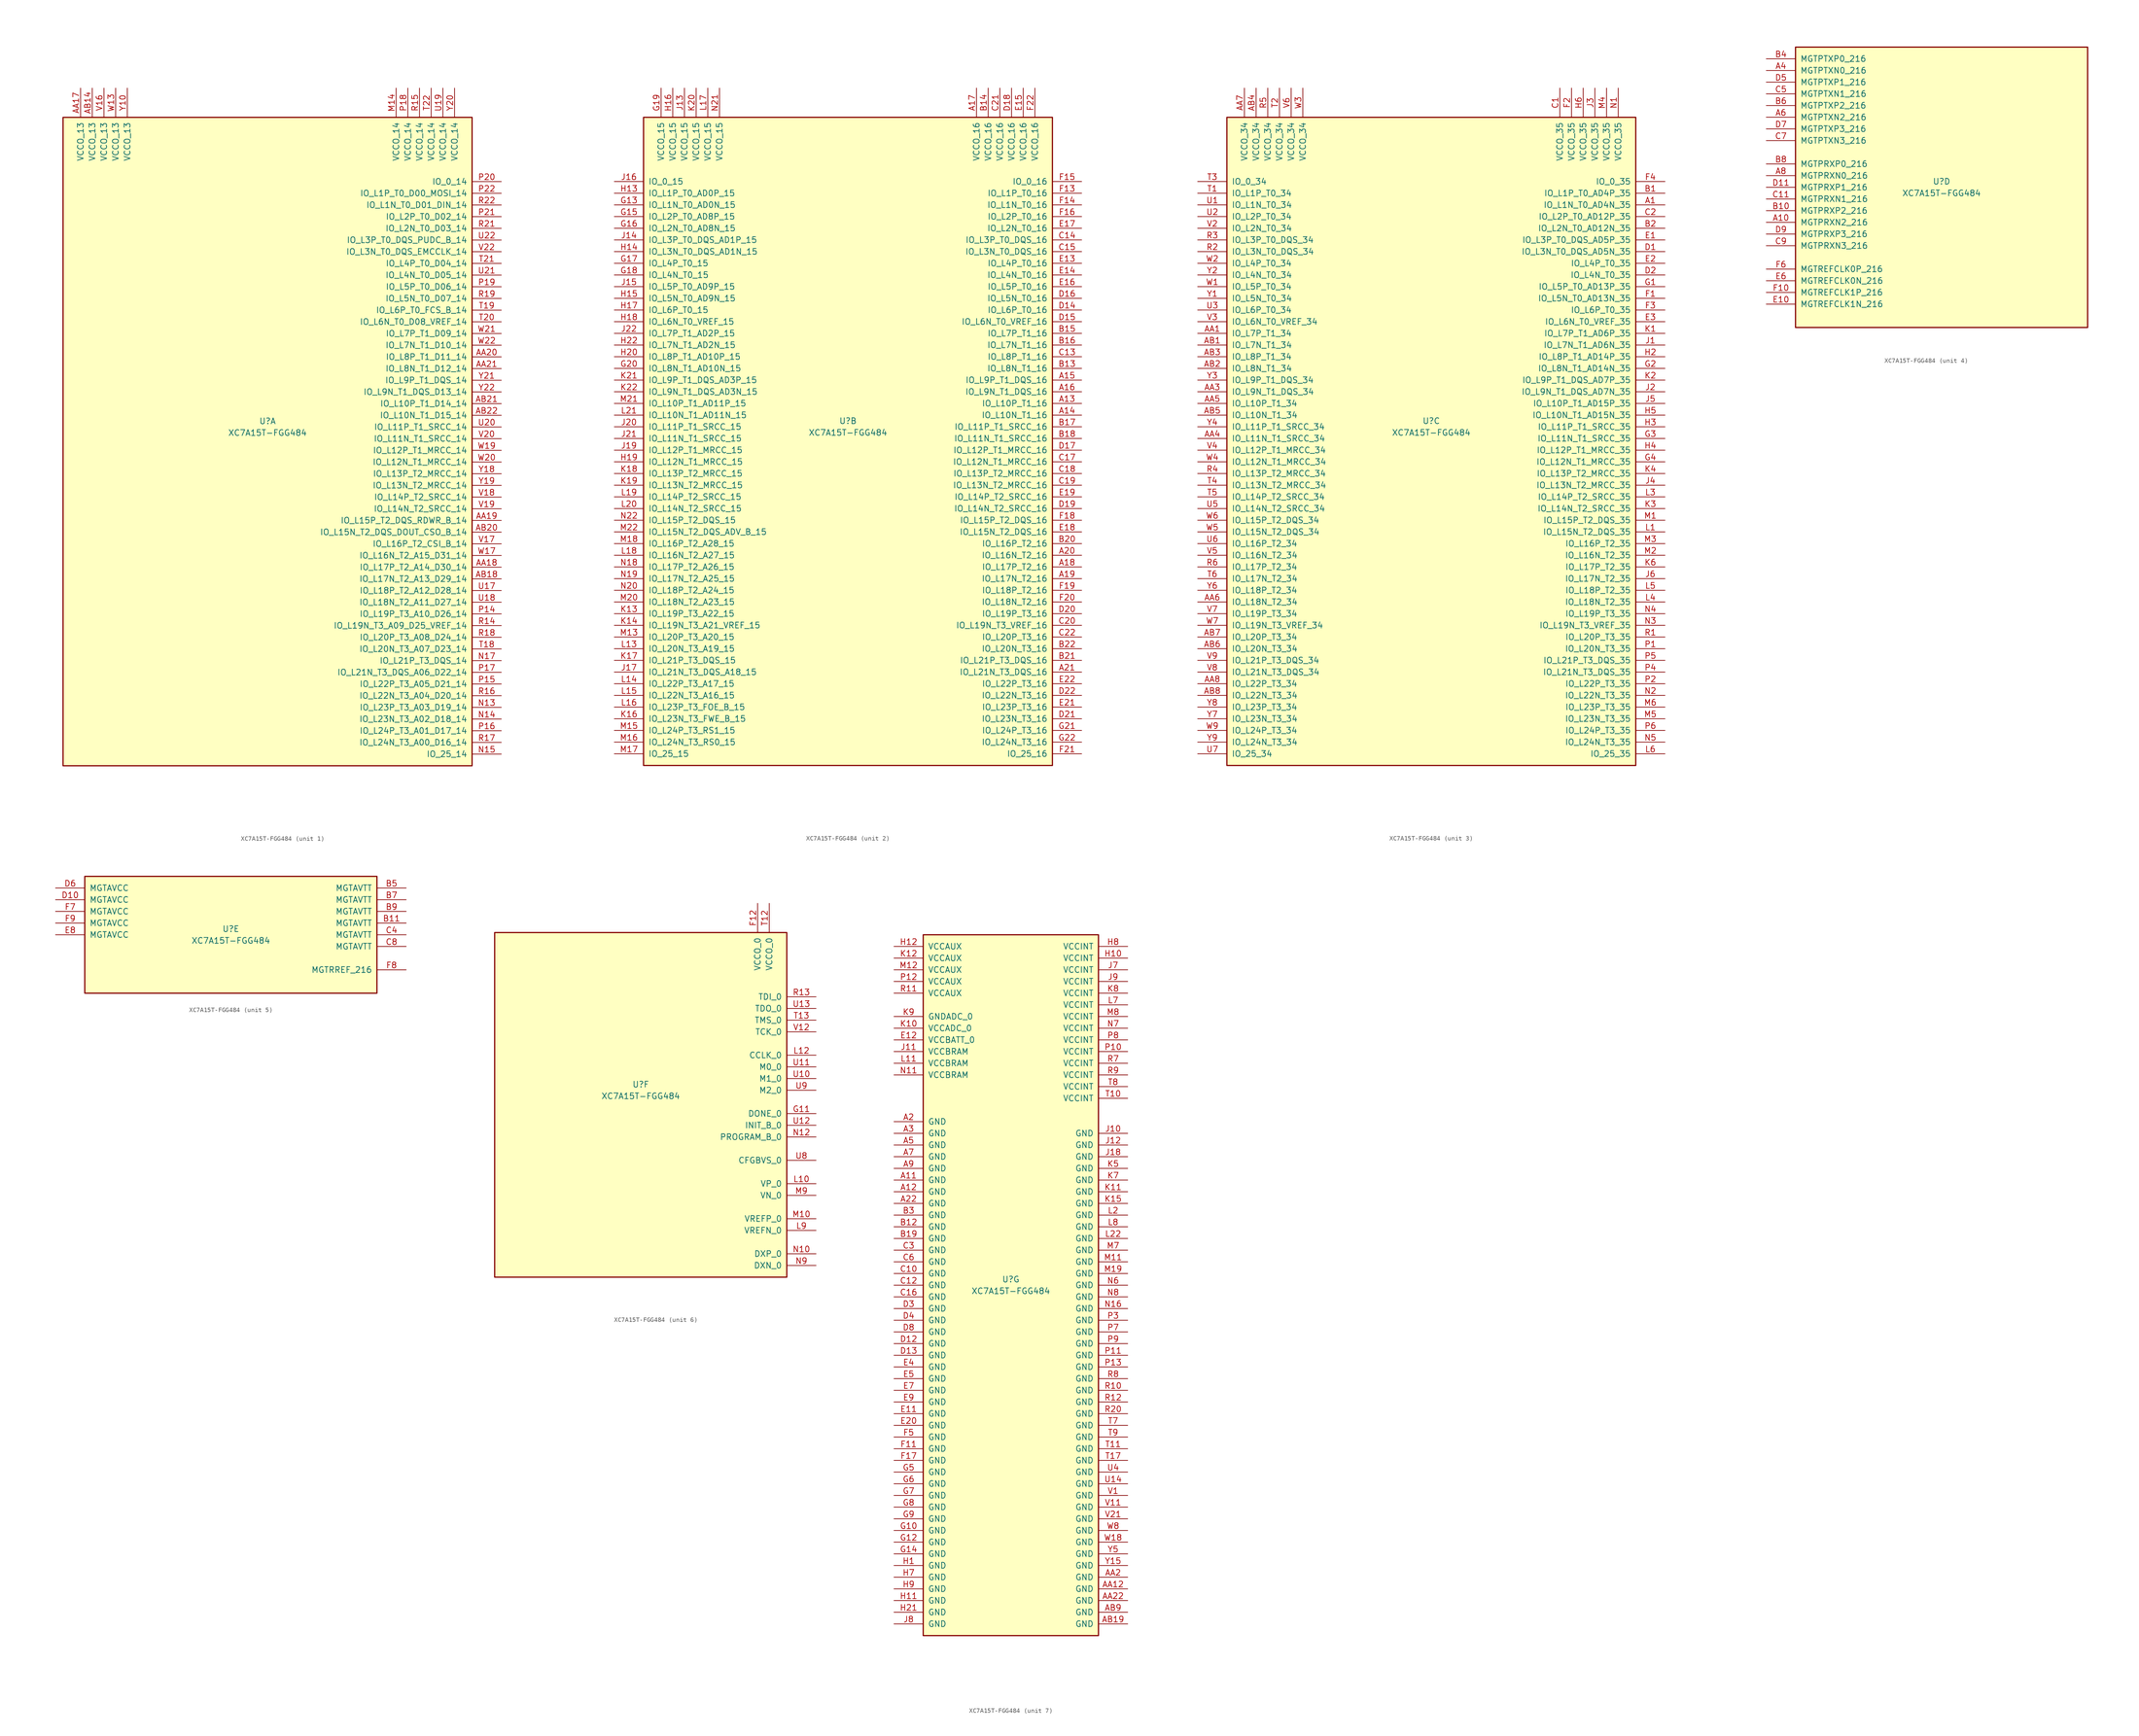
<source format=kicad_sym>
(kicad_symbol_lib
  (version 20211014)
  (generator kicad_symbol_editor)
  (symbol "XC7A15T-FGG484"
    (pin_names
      (offset 1.016))
    (property "Reference" "U"
      (at 0 1.27 0)
      (effects (font (size 1.27 1.27))))
    (property "Value" "XC7A15T-FGG484"
      (at 0 -1.27 0)
      (effects (font (size 1.27 1.27))))
    (property "Datasheet" ""
      (at 0 0 0)
      (effects (font (size 1.27 1.27))))
    (property "ki_locked" ""
      (at 0 0 0)
      (effects (font (size 1.27 1.27))))
    (symbol "XC7A15T-FGG484_1_1"
      (rectangle (start -44.45 67.31) (end 44.45 -73.66) (stroke (width 0.254) (type default) (color 0 0 0 0)) (fill (type background)))
      (pin power_in line (at -40.64 73.66 270) (length 6.35) (name "VCCO_13" (effects (font (size 1.27 1.27)))) (number "AA17" (effects (font (size 1.27 1.27)))))
      (pin bidirectional line (at 50.8 -30.48 180) (length 6.35) (name "IO_L17P_T2_A14_D30_14" (effects (font (size 1.27 1.27)))) (number "AA18" (effects (font (size 1.27 1.27)))))
      (pin bidirectional line (at 50.8 -20.32 180) (length 6.35) (name "IO_L15P_T2_DQS_RDWR_B_14" (effects (font (size 1.27 1.27)))) (number "AA19" (effects (font (size 1.27 1.27)))))
      (pin bidirectional line (at 50.8 15.24 180) (length 6.35) (name "IO_L8P_T1_D11_14" (effects (font (size 1.27 1.27)))) (number "AA20" (effects (font (size 1.27 1.27)))))
      (pin bidirectional line (at 50.8 12.7 180) (length 6.35) (name "IO_L8N_T1_D12_14" (effects (font (size 1.27 1.27)))) (number "AA21" (effects (font (size 1.27 1.27)))))
      (pin power_in line (at -38.1 73.66 270) (length 6.35) (name "VCCO_13" (effects (font (size 1.27 1.27)))) (number "AB14" (effects (font (size 1.27 1.27)))))
      (pin bidirectional line (at 50.8 -33.02 180) (length 6.35) (name "IO_L17N_T2_A13_D29_14" (effects (font (size 1.27 1.27)))) (number "AB18" (effects (font (size 1.27 1.27)))))
      (pin bidirectional line (at 50.8 -22.86 180) (length 6.35) (name "IO_L15N_T2_DQS_DOUT_CSO_B_14" (effects (font (size 1.27 1.27)))) (number "AB20" (effects (font (size 1.27 1.27)))))
      (pin bidirectional line (at 50.8 5.08 180) (length 6.35) (name "IO_L10P_T1_D14_14" (effects (font (size 1.27 1.27)))) (number "AB21" (effects (font (size 1.27 1.27)))))
      (pin bidirectional line (at 50.8 2.54 180) (length 6.35) (name "IO_L10N_T1_D15_14" (effects (font (size 1.27 1.27)))) (number "AB22" (effects (font (size 1.27 1.27)))))
      (pin power_in line (at 27.94 73.66 270) (length 6.35) (name "VCCO_14" (effects (font (size 1.27 1.27)))) (number "M14" (effects (font (size 1.27 1.27)))))
      (pin bidirectional line (at 50.8 -60.96 180) (length 6.35) (name "IO_L23P_T3_A03_D19_14" (effects (font (size 1.27 1.27)))) (number "N13" (effects (font (size 1.27 1.27)))))
      (pin bidirectional line (at 50.8 -63.5 180) (length 6.35) (name "IO_L23N_T3_A02_D18_14" (effects (font (size 1.27 1.27)))) (number "N14" (effects (font (size 1.27 1.27)))))
      (pin bidirectional line (at 50.8 -71.12 180) (length 6.35) (name "IO_25_14" (effects (font (size 1.27 1.27)))) (number "N15" (effects (font (size 1.27 1.27)))))
      (pin bidirectional line (at 50.8 -50.8 180) (length 6.35) (name "IO_L21P_T3_DQS_14" (effects (font (size 1.27 1.27)))) (number "N17" (effects (font (size 1.27 1.27)))))
      (pin bidirectional line (at 50.8 -40.64 180) (length 6.35) (name "IO_L19P_T3_A10_D26_14" (effects (font (size 1.27 1.27)))) (number "P14" (effects (font (size 1.27 1.27)))))
      (pin bidirectional line (at 50.8 -55.88 180) (length 6.35) (name "IO_L22P_T3_A05_D21_14" (effects (font (size 1.27 1.27)))) (number "P15" (effects (font (size 1.27 1.27)))))
      (pin bidirectional line (at 50.8 -66.04 180) (length 6.35) (name "IO_L24P_T3_A01_D17_14" (effects (font (size 1.27 1.27)))) (number "P16" (effects (font (size 1.27 1.27)))))
      (pin bidirectional line (at 50.8 -53.34 180) (length 6.35) (name "IO_L21N_T3_DQS_A06_D22_14" (effects (font (size 1.27 1.27)))) (number "P17" (effects (font (size 1.27 1.27)))))
      (pin power_in line (at 30.48 73.66 270) (length 6.35) (name "VCCO_14" (effects (font (size 1.27 1.27)))) (number "P18" (effects (font (size 1.27 1.27)))))
      (pin bidirectional line (at 50.8 30.48 180) (length 6.35) (name "IO_L5P_T0_D06_14" (effects (font (size 1.27 1.27)))) (number "P19" (effects (font (size 1.27 1.27)))))
      (pin bidirectional line (at 50.8 53.34 180) (length 6.35) (name "IO_0_14" (effects (font (size 1.27 1.27)))) (number "P20" (effects (font (size 1.27 1.27)))))
      (pin bidirectional line (at 50.8 45.72 180) (length 6.35) (name "IO_L2P_T0_D02_14" (effects (font (size 1.27 1.27)))) (number "P21" (effects (font (size 1.27 1.27)))))
      (pin bidirectional line (at 50.8 50.8 180) (length 6.35) (name "IO_L1P_T0_D00_MOSI_14" (effects (font (size 1.27 1.27)))) (number "P22" (effects (font (size 1.27 1.27)))))
      (pin bidirectional line (at 50.8 -43.18 180) (length 6.35) (name "IO_L19N_T3_A09_D25_VREF_14" (effects (font (size 1.27 1.27)))) (number "R14" (effects (font (size 1.27 1.27)))))
      (pin power_in line (at 33.02 73.66 270) (length 6.35) (name "VCCO_14" (effects (font (size 1.27 1.27)))) (number "R15" (effects (font (size 1.27 1.27)))))
      (pin bidirectional line (at 50.8 -58.42 180) (length 6.35) (name "IO_L22N_T3_A04_D20_14" (effects (font (size 1.27 1.27)))) (number "R16" (effects (font (size 1.27 1.27)))))
      (pin bidirectional line (at 50.8 -68.58 180) (length 6.35) (name "IO_L24N_T3_A00_D16_14" (effects (font (size 1.27 1.27)))) (number "R17" (effects (font (size 1.27 1.27)))))
      (pin bidirectional line (at 50.8 -45.72 180) (length 6.35) (name "IO_L20P_T3_A08_D24_14" (effects (font (size 1.27 1.27)))) (number "R18" (effects (font (size 1.27 1.27)))))
      (pin bidirectional line (at 50.8 27.94 180) (length 6.35) (name "IO_L5N_T0_D07_14" (effects (font (size 1.27 1.27)))) (number "R19" (effects (font (size 1.27 1.27)))))
      (pin bidirectional line (at 50.8 43.18 180) (length 6.35) (name "IO_L2N_T0_D03_14" (effects (font (size 1.27 1.27)))) (number "R21" (effects (font (size 1.27 1.27)))))
      (pin bidirectional line (at 50.8 48.26 180) (length 6.35) (name "IO_L1N_T0_D01_DIN_14" (effects (font (size 1.27 1.27)))) (number "R22" (effects (font (size 1.27 1.27)))))
      (pin bidirectional line (at 50.8 -48.26 180) (length 6.35) (name "IO_L20N_T3_A07_D23_14" (effects (font (size 1.27 1.27)))) (number "T18" (effects (font (size 1.27 1.27)))))
      (pin bidirectional line (at 50.8 25.4 180) (length 6.35) (name "IO_L6P_T0_FCS_B_14" (effects (font (size 1.27 1.27)))) (number "T19" (effects (font (size 1.27 1.27)))))
      (pin bidirectional line (at 50.8 22.86 180) (length 6.35) (name "IO_L6N_T0_D08_VREF_14" (effects (font (size 1.27 1.27)))) (number "T20" (effects (font (size 1.27 1.27)))))
      (pin bidirectional line (at 50.8 35.56 180) (length 6.35) (name "IO_L4P_T0_D04_14" (effects (font (size 1.27 1.27)))) (number "T21" (effects (font (size 1.27 1.27)))))
      (pin power_in line (at 35.56 73.66 270) (length 6.35) (name "VCCO_14" (effects (font (size 1.27 1.27)))) (number "T22" (effects (font (size 1.27 1.27)))))
      (pin bidirectional line (at 50.8 -35.56 180) (length 6.35) (name "IO_L18P_T2_A12_D28_14" (effects (font (size 1.27 1.27)))) (number "U17" (effects (font (size 1.27 1.27)))))
      (pin bidirectional line (at 50.8 -38.1 180) (length 6.35) (name "IO_L18N_T2_A11_D27_14" (effects (font (size 1.27 1.27)))) (number "U18" (effects (font (size 1.27 1.27)))))
      (pin power_in line (at 38.1 73.66 270) (length 6.35) (name "VCCO_14" (effects (font (size 1.27 1.27)))) (number "U19" (effects (font (size 1.27 1.27)))))
      (pin bidirectional line (at 50.8 0 180) (length 6.35) (name "IO_L11P_T1_SRCC_14" (effects (font (size 1.27 1.27)))) (number "U20" (effects (font (size 1.27 1.27)))))
      (pin bidirectional line (at 50.8 33.02 180) (length 6.35) (name "IO_L4N_T0_D05_14" (effects (font (size 1.27 1.27)))) (number "U21" (effects (font (size 1.27 1.27)))))
      (pin bidirectional line (at 50.8 40.64 180) (length 6.35) (name "IO_L3P_T0_DQS_PUDC_B_14" (effects (font (size 1.27 1.27)))) (number "U22" (effects (font (size 1.27 1.27)))))
      (pin power_in line (at -35.56 73.66 270) (length 6.35) (name "VCCO_13" (effects (font (size 1.27 1.27)))) (number "V16" (effects (font (size 1.27 1.27)))))
      (pin bidirectional line (at 50.8 -25.4 180) (length 6.35) (name "IO_L16P_T2_CSI_B_14" (effects (font (size 1.27 1.27)))) (number "V17" (effects (font (size 1.27 1.27)))))
      (pin bidirectional line (at 50.8 -15.24 180) (length 6.35) (name "IO_L14P_T2_SRCC_14" (effects (font (size 1.27 1.27)))) (number "V18" (effects (font (size 1.27 1.27)))))
      (pin bidirectional line (at 50.8 -17.78 180) (length 6.35) (name "IO_L14N_T2_SRCC_14" (effects (font (size 1.27 1.27)))) (number "V19" (effects (font (size 1.27 1.27)))))
      (pin bidirectional line (at 50.8 -2.54 180) (length 6.35) (name "IO_L11N_T1_SRCC_14" (effects (font (size 1.27 1.27)))) (number "V20" (effects (font (size 1.27 1.27)))))
      (pin bidirectional line (at 50.8 38.1 180) (length 6.35) (name "IO_L3N_T0_DQS_EMCCLK_14" (effects (font (size 1.27 1.27)))) (number "V22" (effects (font (size 1.27 1.27)))))
      (pin power_in line (at -33.02 73.66 270) (length 6.35) (name "VCCO_13" (effects (font (size 1.27 1.27)))) (number "W13" (effects (font (size 1.27 1.27)))))
      (pin bidirectional line (at 50.8 -27.94 180) (length 6.35) (name "IO_L16N_T2_A15_D31_14" (effects (font (size 1.27 1.27)))) (number "W17" (effects (font (size 1.27 1.27)))))
      (pin bidirectional line (at 50.8 -5.08 180) (length 6.35) (name "IO_L12P_T1_MRCC_14" (effects (font (size 1.27 1.27)))) (number "W19" (effects (font (size 1.27 1.27)))))
      (pin bidirectional line (at 50.8 -7.62 180) (length 6.35) (name "IO_L12N_T1_MRCC_14" (effects (font (size 1.27 1.27)))) (number "W20" (effects (font (size 1.27 1.27)))))
      (pin bidirectional line (at 50.8 20.32 180) (length 6.35) (name "IO_L7P_T1_D09_14" (effects (font (size 1.27 1.27)))) (number "W21" (effects (font (size 1.27 1.27)))))
      (pin bidirectional line (at 50.8 17.78 180) (length 6.35) (name "IO_L7N_T1_D10_14" (effects (font (size 1.27 1.27)))) (number "W22" (effects (font (size 1.27 1.27)))))
      (pin power_in line (at -30.48 73.66 270) (length 6.35) (name "VCCO_13" (effects (font (size 1.27 1.27)))) (number "Y10" (effects (font (size 1.27 1.27)))))
      (pin bidirectional line (at 50.8 -10.16 180) (length 6.35) (name "IO_L13P_T2_MRCC_14" (effects (font (size 1.27 1.27)))) (number "Y18" (effects (font (size 1.27 1.27)))))
      (pin bidirectional line (at 50.8 -12.7 180) (length 6.35) (name "IO_L13N_T2_MRCC_14" (effects (font (size 1.27 1.27)))) (number "Y19" (effects (font (size 1.27 1.27)))))
      (pin power_in line (at 40.64 73.66 270) (length 6.35) (name "VCCO_14" (effects (font (size 1.27 1.27)))) (number "Y20" (effects (font (size 1.27 1.27)))))
      (pin bidirectional line (at 50.8 10.16 180) (length 6.35) (name "IO_L9P_T1_DQS_14" (effects (font (size 1.27 1.27)))) (number "Y21" (effects (font (size 1.27 1.27)))))
      (pin bidirectional line (at 50.8 7.62 180) (length 6.35) (name "IO_L9N_T1_DQS_D13_14" (effects (font (size 1.27 1.27)))) (number "Y22" (effects (font (size 1.27 1.27))))))
    (symbol "XC7A15T-FGG484_2_1"
      (rectangle (start -44.45 67.31) (end 44.45 -73.66) (stroke (width 0.254) (type default) (color 0 0 0 0)) (fill (type background)))
      (pin bidirectional line (at 50.8 5.08 180) (length 6.35) (name "IO_L10P_T1_16" (effects (font (size 1.27 1.27)))) (number "A13" (effects (font (size 1.27 1.27)))))
      (pin bidirectional line (at 50.8 2.54 180) (length 6.35) (name "IO_L10N_T1_16" (effects (font (size 1.27 1.27)))) (number "A14" (effects (font (size 1.27 1.27)))))
      (pin bidirectional line (at 50.8 10.16 180) (length 6.35) (name "IO_L9P_T1_DQS_16" (effects (font (size 1.27 1.27)))) (number "A15" (effects (font (size 1.27 1.27)))))
      (pin bidirectional line (at 50.8 7.62 180) (length 6.35) (name "IO_L9N_T1_DQS_16" (effects (font (size 1.27 1.27)))) (number "A16" (effects (font (size 1.27 1.27)))))
      (pin power_in line (at 27.94 73.66 270) (length 6.35) (name "VCCO_16" (effects (font (size 1.27 1.27)))) (number "A17" (effects (font (size 1.27 1.27)))))
      (pin bidirectional line (at 50.8 -30.48 180) (length 6.35) (name "IO_L17P_T2_16" (effects (font (size 1.27 1.27)))) (number "A18" (effects (font (size 1.27 1.27)))))
      (pin bidirectional line (at 50.8 -33.02 180) (length 6.35) (name "IO_L17N_T2_16" (effects (font (size 1.27 1.27)))) (number "A19" (effects (font (size 1.27 1.27)))))
      (pin bidirectional line (at 50.8 -27.94 180) (length 6.35) (name "IO_L16N_T2_16" (effects (font (size 1.27 1.27)))) (number "A20" (effects (font (size 1.27 1.27)))))
      (pin bidirectional line (at 50.8 -53.34 180) (length 6.35) (name "IO_L21N_T3_DQS_16" (effects (font (size 1.27 1.27)))) (number "A21" (effects (font (size 1.27 1.27)))))
      (pin bidirectional line (at 50.8 12.7 180) (length 6.35) (name "IO_L8N_T1_16" (effects (font (size 1.27 1.27)))) (number "B13" (effects (font (size 1.27 1.27)))))
      (pin power_in line (at 30.48 73.66 270) (length 6.35) (name "VCCO_16" (effects (font (size 1.27 1.27)))) (number "B14" (effects (font (size 1.27 1.27)))))
      (pin bidirectional line (at 50.8 20.32 180) (length 6.35) (name "IO_L7P_T1_16" (effects (font (size 1.27 1.27)))) (number "B15" (effects (font (size 1.27 1.27)))))
      (pin bidirectional line (at 50.8 17.78 180) (length 6.35) (name "IO_L7N_T1_16" (effects (font (size 1.27 1.27)))) (number "B16" (effects (font (size 1.27 1.27)))))
      (pin bidirectional line (at 50.8 0 180) (length 6.35) (name "IO_L11P_T1_SRCC_16" (effects (font (size 1.27 1.27)))) (number "B17" (effects (font (size 1.27 1.27)))))
      (pin bidirectional line (at 50.8 -2.54 180) (length 6.35) (name "IO_L11N_T1_SRCC_16" (effects (font (size 1.27 1.27)))) (number "B18" (effects (font (size 1.27 1.27)))))
      (pin bidirectional line (at 50.8 -25.4 180) (length 6.35) (name "IO_L16P_T2_16" (effects (font (size 1.27 1.27)))) (number "B20" (effects (font (size 1.27 1.27)))))
      (pin bidirectional line (at 50.8 -50.8 180) (length 6.35) (name "IO_L21P_T3_DQS_16" (effects (font (size 1.27 1.27)))) (number "B21" (effects (font (size 1.27 1.27)))))
      (pin bidirectional line (at 50.8 -48.26 180) (length 6.35) (name "IO_L20N_T3_16" (effects (font (size 1.27 1.27)))) (number "B22" (effects (font (size 1.27 1.27)))))
      (pin bidirectional line (at 50.8 15.24 180) (length 6.35) (name "IO_L8P_T1_16" (effects (font (size 1.27 1.27)))) (number "C13" (effects (font (size 1.27 1.27)))))
      (pin bidirectional line (at 50.8 40.64 180) (length 6.35) (name "IO_L3P_T0_DQS_16" (effects (font (size 1.27 1.27)))) (number "C14" (effects (font (size 1.27 1.27)))))
      (pin bidirectional line (at 50.8 38.1 180) (length 6.35) (name "IO_L3N_T0_DQS_16" (effects (font (size 1.27 1.27)))) (number "C15" (effects (font (size 1.27 1.27)))))
      (pin bidirectional line (at 50.8 -7.62 180) (length 6.35) (name "IO_L12N_T1_MRCC_16" (effects (font (size 1.27 1.27)))) (number "C17" (effects (font (size 1.27 1.27)))))
      (pin bidirectional line (at 50.8 -10.16 180) (length 6.35) (name "IO_L13P_T2_MRCC_16" (effects (font (size 1.27 1.27)))) (number "C18" (effects (font (size 1.27 1.27)))))
      (pin bidirectional line (at 50.8 -12.7 180) (length 6.35) (name "IO_L13N_T2_MRCC_16" (effects (font (size 1.27 1.27)))) (number "C19" (effects (font (size 1.27 1.27)))))
      (pin bidirectional line (at 50.8 -43.18 180) (length 6.35) (name "IO_L19N_T3_VREF_16" (effects (font (size 1.27 1.27)))) (number "C20" (effects (font (size 1.27 1.27)))))
      (pin power_in line (at 33.02 73.66 270) (length 6.35) (name "VCCO_16" (effects (font (size 1.27 1.27)))) (number "C21" (effects (font (size 1.27 1.27)))))
      (pin bidirectional line (at 50.8 -45.72 180) (length 6.35) (name "IO_L20P_T3_16" (effects (font (size 1.27 1.27)))) (number "C22" (effects (font (size 1.27 1.27)))))
      (pin bidirectional line (at 50.8 25.4 180) (length 6.35) (name "IO_L6P_T0_16" (effects (font (size 1.27 1.27)))) (number "D14" (effects (font (size 1.27 1.27)))))
      (pin bidirectional line (at 50.8 22.86 180) (length 6.35) (name "IO_L6N_T0_VREF_16" (effects (font (size 1.27 1.27)))) (number "D15" (effects (font (size 1.27 1.27)))))
      (pin bidirectional line (at 50.8 27.94 180) (length 6.35) (name "IO_L5N_T0_16" (effects (font (size 1.27 1.27)))) (number "D16" (effects (font (size 1.27 1.27)))))
      (pin bidirectional line (at 50.8 -5.08 180) (length 6.35) (name "IO_L12P_T1_MRCC_16" (effects (font (size 1.27 1.27)))) (number "D17" (effects (font (size 1.27 1.27)))))
      (pin power_in line (at 35.56 73.66 270) (length 6.35) (name "VCCO_16" (effects (font (size 1.27 1.27)))) (number "D18" (effects (font (size 1.27 1.27)))))
      (pin bidirectional line (at 50.8 -17.78 180) (length 6.35) (name "IO_L14N_T2_SRCC_16" (effects (font (size 1.27 1.27)))) (number "D19" (effects (font (size 1.27 1.27)))))
      (pin bidirectional line (at 50.8 -40.64 180) (length 6.35) (name "IO_L19P_T3_16" (effects (font (size 1.27 1.27)))) (number "D20" (effects (font (size 1.27 1.27)))))
      (pin bidirectional line (at 50.8 -63.5 180) (length 6.35) (name "IO_L23N_T3_16" (effects (font (size 1.27 1.27)))) (number "D21" (effects (font (size 1.27 1.27)))))
      (pin bidirectional line (at 50.8 -58.42 180) (length 6.35) (name "IO_L22N_T3_16" (effects (font (size 1.27 1.27)))) (number "D22" (effects (font (size 1.27 1.27)))))
      (pin bidirectional line (at 50.8 35.56 180) (length 6.35) (name "IO_L4P_T0_16" (effects (font (size 1.27 1.27)))) (number "E13" (effects (font (size 1.27 1.27)))))
      (pin bidirectional line (at 50.8 33.02 180) (length 6.35) (name "IO_L4N_T0_16" (effects (font (size 1.27 1.27)))) (number "E14" (effects (font (size 1.27 1.27)))))
      (pin power_in line (at 38.1 73.66 270) (length 6.35) (name "VCCO_16" (effects (font (size 1.27 1.27)))) (number "E15" (effects (font (size 1.27 1.27)))))
      (pin bidirectional line (at 50.8 30.48 180) (length 6.35) (name "IO_L5P_T0_16" (effects (font (size 1.27 1.27)))) (number "E16" (effects (font (size 1.27 1.27)))))
      (pin bidirectional line (at 50.8 43.18 180) (length 6.35) (name "IO_L2N_T0_16" (effects (font (size 1.27 1.27)))) (number "E17" (effects (font (size 1.27 1.27)))))
      (pin bidirectional line (at 50.8 -22.86 180) (length 6.35) (name "IO_L15N_T2_DQS_16" (effects (font (size 1.27 1.27)))) (number "E18" (effects (font (size 1.27 1.27)))))
      (pin bidirectional line (at 50.8 -15.24 180) (length 6.35) (name "IO_L14P_T2_SRCC_16" (effects (font (size 1.27 1.27)))) (number "E19" (effects (font (size 1.27 1.27)))))
      (pin bidirectional line (at 50.8 -60.96 180) (length 6.35) (name "IO_L23P_T3_16" (effects (font (size 1.27 1.27)))) (number "E21" (effects (font (size 1.27 1.27)))))
      (pin bidirectional line (at 50.8 -55.88 180) (length 6.35) (name "IO_L22P_T3_16" (effects (font (size 1.27 1.27)))) (number "E22" (effects (font (size 1.27 1.27)))))
      (pin bidirectional line (at 50.8 50.8 180) (length 6.35) (name "IO_L1P_T0_16" (effects (font (size 1.27 1.27)))) (number "F13" (effects (font (size 1.27 1.27)))))
      (pin bidirectional line (at 50.8 48.26 180) (length 6.35) (name "IO_L1N_T0_16" (effects (font (size 1.27 1.27)))) (number "F14" (effects (font (size 1.27 1.27)))))
      (pin bidirectional line (at 50.8 53.34 180) (length 6.35) (name "IO_0_16" (effects (font (size 1.27 1.27)))) (number "F15" (effects (font (size 1.27 1.27)))))
      (pin bidirectional line (at 50.8 45.72 180) (length 6.35) (name "IO_L2P_T0_16" (effects (font (size 1.27 1.27)))) (number "F16" (effects (font (size 1.27 1.27)))))
      (pin bidirectional line (at 50.8 -20.32 180) (length 6.35) (name "IO_L15P_T2_DQS_16" (effects (font (size 1.27 1.27)))) (number "F18" (effects (font (size 1.27 1.27)))))
      (pin bidirectional line (at 50.8 -35.56 180) (length 6.35) (name "IO_L18P_T2_16" (effects (font (size 1.27 1.27)))) (number "F19" (effects (font (size 1.27 1.27)))))
      (pin bidirectional line (at 50.8 -38.1 180) (length 6.35) (name "IO_L18N_T2_16" (effects (font (size 1.27 1.27)))) (number "F20" (effects (font (size 1.27 1.27)))))
      (pin bidirectional line (at 50.8 -71.12 180) (length 6.35) (name "IO_25_16" (effects (font (size 1.27 1.27)))) (number "F21" (effects (font (size 1.27 1.27)))))
      (pin power_in line (at 40.64 73.66 270) (length 6.35) (name "VCCO_16" (effects (font (size 1.27 1.27)))) (number "F22" (effects (font (size 1.27 1.27)))))
      (pin bidirectional line (at -50.8 48.26 0) (length 6.35) (name "IO_L1N_T0_AD0N_15" (effects (font (size 1.27 1.27)))) (number "G13" (effects (font (size 1.27 1.27)))))
      (pin bidirectional line (at -50.8 45.72 0) (length 6.35) (name "IO_L2P_T0_AD8P_15" (effects (font (size 1.27 1.27)))) (number "G15" (effects (font (size 1.27 1.27)))))
      (pin bidirectional line (at -50.8 43.18 0) (length 6.35) (name "IO_L2N_T0_AD8N_15" (effects (font (size 1.27 1.27)))) (number "G16" (effects (font (size 1.27 1.27)))))
      (pin bidirectional line (at -50.8 35.56 0) (length 6.35) (name "IO_L4P_T0_15" (effects (font (size 1.27 1.27)))) (number "G17" (effects (font (size 1.27 1.27)))))
      (pin bidirectional line (at -50.8 33.02 0) (length 6.35) (name "IO_L4N_T0_15" (effects (font (size 1.27 1.27)))) (number "G18" (effects (font (size 1.27 1.27)))))
      (pin power_in line (at -40.64 73.66 270) (length 6.35) (name "VCCO_15" (effects (font (size 1.27 1.27)))) (number "G19" (effects (font (size 1.27 1.27)))))
      (pin bidirectional line (at -50.8 12.7 0) (length 6.35) (name "IO_L8N_T1_AD10N_15" (effects (font (size 1.27 1.27)))) (number "G20" (effects (font (size 1.27 1.27)))))
      (pin bidirectional line (at 50.8 -66.04 180) (length 6.35) (name "IO_L24P_T3_16" (effects (font (size 1.27 1.27)))) (number "G21" (effects (font (size 1.27 1.27)))))
      (pin bidirectional line (at 50.8 -68.58 180) (length 6.35) (name "IO_L24N_T3_16" (effects (font (size 1.27 1.27)))) (number "G22" (effects (font (size 1.27 1.27)))))
      (pin bidirectional line (at -50.8 50.8 0) (length 6.35) (name "IO_L1P_T0_AD0P_15" (effects (font (size 1.27 1.27)))) (number "H13" (effects (font (size 1.27 1.27)))))
      (pin bidirectional line (at -50.8 38.1 0) (length 6.35) (name "IO_L3N_T0_DQS_AD1N_15" (effects (font (size 1.27 1.27)))) (number "H14" (effects (font (size 1.27 1.27)))))
      (pin bidirectional line (at -50.8 27.94 0) (length 6.35) (name "IO_L5N_T0_AD9N_15" (effects (font (size 1.27 1.27)))) (number "H15" (effects (font (size 1.27 1.27)))))
      (pin power_in line (at -38.1 73.66 270) (length 6.35) (name "VCCO_15" (effects (font (size 1.27 1.27)))) (number "H16" (effects (font (size 1.27 1.27)))))
      (pin bidirectional line (at -50.8 25.4 0) (length 6.35) (name "IO_L6P_T0_15" (effects (font (size 1.27 1.27)))) (number "H17" (effects (font (size 1.27 1.27)))))
      (pin bidirectional line (at -50.8 22.86 0) (length 6.35) (name "IO_L6N_T0_VREF_15" (effects (font (size 1.27 1.27)))) (number "H18" (effects (font (size 1.27 1.27)))))
      (pin bidirectional line (at -50.8 -7.62 0) (length 6.35) (name "IO_L12N_T1_MRCC_15" (effects (font (size 1.27 1.27)))) (number "H19" (effects (font (size 1.27 1.27)))))
      (pin bidirectional line (at -50.8 15.24 0) (length 6.35) (name "IO_L8P_T1_AD10P_15" (effects (font (size 1.27 1.27)))) (number "H20" (effects (font (size 1.27 1.27)))))
      (pin bidirectional line (at -50.8 17.78 0) (length 6.35) (name "IO_L7N_T1_AD2N_15" (effects (font (size 1.27 1.27)))) (number "H22" (effects (font (size 1.27 1.27)))))
      (pin power_in line (at -35.56 73.66 270) (length 6.35) (name "VCCO_15" (effects (font (size 1.27 1.27)))) (number "J13" (effects (font (size 1.27 1.27)))))
      (pin bidirectional line (at -50.8 40.64 0) (length 6.35) (name "IO_L3P_T0_DQS_AD1P_15" (effects (font (size 1.27 1.27)))) (number "J14" (effects (font (size 1.27 1.27)))))
      (pin bidirectional line (at -50.8 30.48 0) (length 6.35) (name "IO_L5P_T0_AD9P_15" (effects (font (size 1.27 1.27)))) (number "J15" (effects (font (size 1.27 1.27)))))
      (pin bidirectional line (at -50.8 53.34 0) (length 6.35) (name "IO_0_15" (effects (font (size 1.27 1.27)))) (number "J16" (effects (font (size 1.27 1.27)))))
      (pin bidirectional line (at -50.8 -53.34 0) (length 6.35) (name "IO_L21N_T3_DQS_A18_15" (effects (font (size 1.27 1.27)))) (number "J17" (effects (font (size 1.27 1.27)))))
      (pin bidirectional line (at -50.8 -5.08 0) (length 6.35) (name "IO_L12P_T1_MRCC_15" (effects (font (size 1.27 1.27)))) (number "J19" (effects (font (size 1.27 1.27)))))
      (pin bidirectional line (at -50.8 0 0) (length 6.35) (name "IO_L11P_T1_SRCC_15" (effects (font (size 1.27 1.27)))) (number "J20" (effects (font (size 1.27 1.27)))))
      (pin bidirectional line (at -50.8 -2.54 0) (length 6.35) (name "IO_L11N_T1_SRCC_15" (effects (font (size 1.27 1.27)))) (number "J21" (effects (font (size 1.27 1.27)))))
      (pin bidirectional line (at -50.8 20.32 0) (length 6.35) (name "IO_L7P_T1_AD2P_15" (effects (font (size 1.27 1.27)))) (number "J22" (effects (font (size 1.27 1.27)))))
      (pin bidirectional line (at -50.8 -40.64 0) (length 6.35) (name "IO_L19P_T3_A22_15" (effects (font (size 1.27 1.27)))) (number "K13" (effects (font (size 1.27 1.27)))))
      (pin bidirectional line (at -50.8 -43.18 0) (length 6.35) (name "IO_L19N_T3_A21_VREF_15" (effects (font (size 1.27 1.27)))) (number "K14" (effects (font (size 1.27 1.27)))))
      (pin bidirectional line (at -50.8 -63.5 0) (length 6.35) (name "IO_L23N_T3_FWE_B_15" (effects (font (size 1.27 1.27)))) (number "K16" (effects (font (size 1.27 1.27)))))
      (pin bidirectional line (at -50.8 -50.8 0) (length 6.35) (name "IO_L21P_T3_DQS_15" (effects (font (size 1.27 1.27)))) (number "K17" (effects (font (size 1.27 1.27)))))
      (pin bidirectional line (at -50.8 -10.16 0) (length 6.35) (name "IO_L13P_T2_MRCC_15" (effects (font (size 1.27 1.27)))) (number "K18" (effects (font (size 1.27 1.27)))))
      (pin bidirectional line (at -50.8 -12.7 0) (length 6.35) (name "IO_L13N_T2_MRCC_15" (effects (font (size 1.27 1.27)))) (number "K19" (effects (font (size 1.27 1.27)))))
      (pin power_in line (at -33.02 73.66 270) (length 6.35) (name "VCCO_15" (effects (font (size 1.27 1.27)))) (number "K20" (effects (font (size 1.27 1.27)))))
      (pin bidirectional line (at -50.8 10.16 0) (length 6.35) (name "IO_L9P_T1_DQS_AD3P_15" (effects (font (size 1.27 1.27)))) (number "K21" (effects (font (size 1.27 1.27)))))
      (pin bidirectional line (at -50.8 7.62 0) (length 6.35) (name "IO_L9N_T1_DQS_AD3N_15" (effects (font (size 1.27 1.27)))) (number "K22" (effects (font (size 1.27 1.27)))))
      (pin bidirectional line (at -50.8 -48.26 0) (length 6.35) (name "IO_L20N_T3_A19_15" (effects (font (size 1.27 1.27)))) (number "L13" (effects (font (size 1.27 1.27)))))
      (pin bidirectional line (at -50.8 -55.88 0) (length 6.35) (name "IO_L22P_T3_A17_15" (effects (font (size 1.27 1.27)))) (number "L14" (effects (font (size 1.27 1.27)))))
      (pin bidirectional line (at -50.8 -58.42 0) (length 6.35) (name "IO_L22N_T3_A16_15" (effects (font (size 1.27 1.27)))) (number "L15" (effects (font (size 1.27 1.27)))))
      (pin bidirectional line (at -50.8 -60.96 0) (length 6.35) (name "IO_L23P_T3_FOE_B_15" (effects (font (size 1.27 1.27)))) (number "L16" (effects (font (size 1.27 1.27)))))
      (pin power_in line (at -30.48 73.66 270) (length 6.35) (name "VCCO_15" (effects (font (size 1.27 1.27)))) (number "L17" (effects (font (size 1.27 1.27)))))
      (pin bidirectional line (at -50.8 -27.94 0) (length 6.35) (name "IO_L16N_T2_A27_15" (effects (font (size 1.27 1.27)))) (number "L18" (effects (font (size 1.27 1.27)))))
      (pin bidirectional line (at -50.8 -15.24 0) (length 6.35) (name "IO_L14P_T2_SRCC_15" (effects (font (size 1.27 1.27)))) (number "L19" (effects (font (size 1.27 1.27)))))
      (pin bidirectional line (at -50.8 -17.78 0) (length 6.35) (name "IO_L14N_T2_SRCC_15" (effects (font (size 1.27 1.27)))) (number "L20" (effects (font (size 1.27 1.27)))))
      (pin bidirectional line (at -50.8 2.54 0) (length 6.35) (name "IO_L10N_T1_AD11N_15" (effects (font (size 1.27 1.27)))) (number "L21" (effects (font (size 1.27 1.27)))))
      (pin bidirectional line (at -50.8 -45.72 0) (length 6.35) (name "IO_L20P_T3_A20_15" (effects (font (size 1.27 1.27)))) (number "M13" (effects (font (size 1.27 1.27)))))
      (pin bidirectional line (at -50.8 -66.04 0) (length 6.35) (name "IO_L24P_T3_RS1_15" (effects (font (size 1.27 1.27)))) (number "M15" (effects (font (size 1.27 1.27)))))
      (pin bidirectional line (at -50.8 -68.58 0) (length 6.35) (name "IO_L24N_T3_RS0_15" (effects (font (size 1.27 1.27)))) (number "M16" (effects (font (size 1.27 1.27)))))
      (pin bidirectional line (at -50.8 -71.12 0) (length 6.35) (name "IO_25_15" (effects (font (size 1.27 1.27)))) (number "M17" (effects (font (size 1.27 1.27)))))
      (pin bidirectional line (at -50.8 -25.4 0) (length 6.35) (name "IO_L16P_T2_A28_15" (effects (font (size 1.27 1.27)))) (number "M18" (effects (font (size 1.27 1.27)))))
      (pin bidirectional line (at -50.8 -38.1 0) (length 6.35) (name "IO_L18N_T2_A23_15" (effects (font (size 1.27 1.27)))) (number "M20" (effects (font (size 1.27 1.27)))))
      (pin bidirectional line (at -50.8 5.08 0) (length 6.35) (name "IO_L10P_T1_AD11P_15" (effects (font (size 1.27 1.27)))) (number "M21" (effects (font (size 1.27 1.27)))))
      (pin bidirectional line (at -50.8 -22.86 0) (length 6.35) (name "IO_L15N_T2_DQS_ADV_B_15" (effects (font (size 1.27 1.27)))) (number "M22" (effects (font (size 1.27 1.27)))))
      (pin bidirectional line (at -50.8 -30.48 0) (length 6.35) (name "IO_L17P_T2_A26_15" (effects (font (size 1.27 1.27)))) (number "N18" (effects (font (size 1.27 1.27)))))
      (pin bidirectional line (at -50.8 -33.02 0) (length 6.35) (name "IO_L17N_T2_A25_15" (effects (font (size 1.27 1.27)))) (number "N19" (effects (font (size 1.27 1.27)))))
      (pin bidirectional line (at -50.8 -35.56 0) (length 6.35) (name "IO_L18P_T2_A24_15" (effects (font (size 1.27 1.27)))) (number "N20" (effects (font (size 1.27 1.27)))))
      (pin power_in line (at -27.94 73.66 270) (length 6.35) (name "VCCO_15" (effects (font (size 1.27 1.27)))) (number "N21" (effects (font (size 1.27 1.27)))))
      (pin bidirectional line (at -50.8 -20.32 0) (length 6.35) (name "IO_L15P_T2_DQS_15" (effects (font (size 1.27 1.27)))) (number "N22" (effects (font (size 1.27 1.27))))))
    (symbol "XC7A15T-FGG484_3_1"
      (rectangle (start -44.45 67.31) (end 44.45 -73.66) (stroke (width 0.254) (type default) (color 0 0 0 0)) (fill (type background)))
      (pin bidirectional line (at 50.8 48.26 180) (length 6.35) (name "IO_L1N_T0_AD4N_35" (effects (font (size 1.27 1.27)))) (number "A1" (effects (font (size 1.27 1.27)))))
      (pin bidirectional line (at -50.8 20.32 0) (length 6.35) (name "IO_L7P_T1_34" (effects (font (size 1.27 1.27)))) (number "AA1" (effects (font (size 1.27 1.27)))))
      (pin bidirectional line (at -50.8 7.62 0) (length 6.35) (name "IO_L9N_T1_DQS_34" (effects (font (size 1.27 1.27)))) (number "AA3" (effects (font (size 1.27 1.27)))))
      (pin bidirectional line (at -50.8 -2.54 0) (length 6.35) (name "IO_L11N_T1_SRCC_34" (effects (font (size 1.27 1.27)))) (number "AA4" (effects (font (size 1.27 1.27)))))
      (pin bidirectional line (at -50.8 5.08 0) (length 6.35) (name "IO_L10P_T1_34" (effects (font (size 1.27 1.27)))) (number "AA5" (effects (font (size 1.27 1.27)))))
      (pin bidirectional line (at -50.8 -38.1 0) (length 6.35) (name "IO_L18N_T2_34" (effects (font (size 1.27 1.27)))) (number "AA6" (effects (font (size 1.27 1.27)))))
      (pin power_in line (at -40.64 73.66 270) (length 6.35) (name "VCCO_34" (effects (font (size 1.27 1.27)))) (number "AA7" (effects (font (size 1.27 1.27)))))
      (pin bidirectional line (at -50.8 -55.88 0) (length 6.35) (name "IO_L22P_T3_34" (effects (font (size 1.27 1.27)))) (number "AA8" (effects (font (size 1.27 1.27)))))
      (pin bidirectional line (at -50.8 17.78 0) (length 6.35) (name "IO_L7N_T1_34" (effects (font (size 1.27 1.27)))) (number "AB1" (effects (font (size 1.27 1.27)))))
      (pin bidirectional line (at -50.8 12.7 0) (length 6.35) (name "IO_L8N_T1_34" (effects (font (size 1.27 1.27)))) (number "AB2" (effects (font (size 1.27 1.27)))))
      (pin bidirectional line (at -50.8 15.24 0) (length 6.35) (name "IO_L8P_T1_34" (effects (font (size 1.27 1.27)))) (number "AB3" (effects (font (size 1.27 1.27)))))
      (pin power_in line (at -38.1 73.66 270) (length 6.35) (name "VCCO_34" (effects (font (size 1.27 1.27)))) (number "AB4" (effects (font (size 1.27 1.27)))))
      (pin bidirectional line (at -50.8 2.54 0) (length 6.35) (name "IO_L10N_T1_34" (effects (font (size 1.27 1.27)))) (number "AB5" (effects (font (size 1.27 1.27)))))
      (pin bidirectional line (at -50.8 -48.26 0) (length 6.35) (name "IO_L20N_T3_34" (effects (font (size 1.27 1.27)))) (number "AB6" (effects (font (size 1.27 1.27)))))
      (pin bidirectional line (at -50.8 -45.72 0) (length 6.35) (name "IO_L20P_T3_34" (effects (font (size 1.27 1.27)))) (number "AB7" (effects (font (size 1.27 1.27)))))
      (pin bidirectional line (at -50.8 -58.42 0) (length 6.35) (name "IO_L22N_T3_34" (effects (font (size 1.27 1.27)))) (number "AB8" (effects (font (size 1.27 1.27)))))
      (pin bidirectional line (at 50.8 50.8 180) (length 6.35) (name "IO_L1P_T0_AD4P_35" (effects (font (size 1.27 1.27)))) (number "B1" (effects (font (size 1.27 1.27)))))
      (pin bidirectional line (at 50.8 43.18 180) (length 6.35) (name "IO_L2N_T0_AD12N_35" (effects (font (size 1.27 1.27)))) (number "B2" (effects (font (size 1.27 1.27)))))
      (pin power_in line (at 27.94 73.66 270) (length 6.35) (name "VCCO_35" (effects (font (size 1.27 1.27)))) (number "C1" (effects (font (size 1.27 1.27)))))
      (pin bidirectional line (at 50.8 45.72 180) (length 6.35) (name "IO_L2P_T0_AD12P_35" (effects (font (size 1.27 1.27)))) (number "C2" (effects (font (size 1.27 1.27)))))
      (pin bidirectional line (at 50.8 38.1 180) (length 6.35) (name "IO_L3N_T0_DQS_AD5N_35" (effects (font (size 1.27 1.27)))) (number "D1" (effects (font (size 1.27 1.27)))))
      (pin bidirectional line (at 50.8 33.02 180) (length 6.35) (name "IO_L4N_T0_35" (effects (font (size 1.27 1.27)))) (number "D2" (effects (font (size 1.27 1.27)))))
      (pin bidirectional line (at 50.8 40.64 180) (length 6.35) (name "IO_L3P_T0_DQS_AD5P_35" (effects (font (size 1.27 1.27)))) (number "E1" (effects (font (size 1.27 1.27)))))
      (pin bidirectional line (at 50.8 35.56 180) (length 6.35) (name "IO_L4P_T0_35" (effects (font (size 1.27 1.27)))) (number "E2" (effects (font (size 1.27 1.27)))))
      (pin bidirectional line (at 50.8 22.86 180) (length 6.35) (name "IO_L6N_T0_VREF_35" (effects (font (size 1.27 1.27)))) (number "E3" (effects (font (size 1.27 1.27)))))
      (pin bidirectional line (at 50.8 27.94 180) (length 6.35) (name "IO_L5N_T0_AD13N_35" (effects (font (size 1.27 1.27)))) (number "F1" (effects (font (size 1.27 1.27)))))
      (pin power_in line (at 30.48 73.66 270) (length 6.35) (name "VCCO_35" (effects (font (size 1.27 1.27)))) (number "F2" (effects (font (size 1.27 1.27)))))
      (pin bidirectional line (at 50.8 25.4 180) (length 6.35) (name "IO_L6P_T0_35" (effects (font (size 1.27 1.27)))) (number "F3" (effects (font (size 1.27 1.27)))))
      (pin bidirectional line (at 50.8 53.34 180) (length 6.35) (name "IO_0_35" (effects (font (size 1.27 1.27)))) (number "F4" (effects (font (size 1.27 1.27)))))
      (pin bidirectional line (at 50.8 30.48 180) (length 6.35) (name "IO_L5P_T0_AD13P_35" (effects (font (size 1.27 1.27)))) (number "G1" (effects (font (size 1.27 1.27)))))
      (pin bidirectional line (at 50.8 12.7 180) (length 6.35) (name "IO_L8N_T1_AD14N_35" (effects (font (size 1.27 1.27)))) (number "G2" (effects (font (size 1.27 1.27)))))
      (pin bidirectional line (at 50.8 -2.54 180) (length 6.35) (name "IO_L11N_T1_SRCC_35" (effects (font (size 1.27 1.27)))) (number "G3" (effects (font (size 1.27 1.27)))))
      (pin bidirectional line (at 50.8 -7.62 180) (length 6.35) (name "IO_L12N_T1_MRCC_35" (effects (font (size 1.27 1.27)))) (number "G4" (effects (font (size 1.27 1.27)))))
      (pin bidirectional line (at 50.8 15.24 180) (length 6.35) (name "IO_L8P_T1_AD14P_35" (effects (font (size 1.27 1.27)))) (number "H2" (effects (font (size 1.27 1.27)))))
      (pin bidirectional line (at 50.8 0 180) (length 6.35) (name "IO_L11P_T1_SRCC_35" (effects (font (size 1.27 1.27)))) (number "H3" (effects (font (size 1.27 1.27)))))
      (pin bidirectional line (at 50.8 -5.08 180) (length 6.35) (name "IO_L12P_T1_MRCC_35" (effects (font (size 1.27 1.27)))) (number "H4" (effects (font (size 1.27 1.27)))))
      (pin bidirectional line (at 50.8 2.54 180) (length 6.35) (name "IO_L10N_T1_AD15N_35" (effects (font (size 1.27 1.27)))) (number "H5" (effects (font (size 1.27 1.27)))))
      (pin power_in line (at 33.02 73.66 270) (length 6.35) (name "VCCO_35" (effects (font (size 1.27 1.27)))) (number "H6" (effects (font (size 1.27 1.27)))))
      (pin bidirectional line (at 50.8 17.78 180) (length 6.35) (name "IO_L7N_T1_AD6N_35" (effects (font (size 1.27 1.27)))) (number "J1" (effects (font (size 1.27 1.27)))))
      (pin bidirectional line (at 50.8 7.62 180) (length 6.35) (name "IO_L9N_T1_DQS_AD7N_35" (effects (font (size 1.27 1.27)))) (number "J2" (effects (font (size 1.27 1.27)))))
      (pin power_in line (at 35.56 73.66 270) (length 6.35) (name "VCCO_35" (effects (font (size 1.27 1.27)))) (number "J3" (effects (font (size 1.27 1.27)))))
      (pin bidirectional line (at 50.8 -12.7 180) (length 6.35) (name "IO_L13N_T2_MRCC_35" (effects (font (size 1.27 1.27)))) (number "J4" (effects (font (size 1.27 1.27)))))
      (pin bidirectional line (at 50.8 5.08 180) (length 6.35) (name "IO_L10P_T1_AD15P_35" (effects (font (size 1.27 1.27)))) (number "J5" (effects (font (size 1.27 1.27)))))
      (pin bidirectional line (at 50.8 -33.02 180) (length 6.35) (name "IO_L17N_T2_35" (effects (font (size 1.27 1.27)))) (number "J6" (effects (font (size 1.27 1.27)))))
      (pin bidirectional line (at 50.8 20.32 180) (length 6.35) (name "IO_L7P_T1_AD6P_35" (effects (font (size 1.27 1.27)))) (number "K1" (effects (font (size 1.27 1.27)))))
      (pin bidirectional line (at 50.8 10.16 180) (length 6.35) (name "IO_L9P_T1_DQS_AD7P_35" (effects (font (size 1.27 1.27)))) (number "K2" (effects (font (size 1.27 1.27)))))
      (pin bidirectional line (at 50.8 -17.78 180) (length 6.35) (name "IO_L14N_T2_SRCC_35" (effects (font (size 1.27 1.27)))) (number "K3" (effects (font (size 1.27 1.27)))))
      (pin bidirectional line (at 50.8 -10.16 180) (length 6.35) (name "IO_L13P_T2_MRCC_35" (effects (font (size 1.27 1.27)))) (number "K4" (effects (font (size 1.27 1.27)))))
      (pin bidirectional line (at 50.8 -30.48 180) (length 6.35) (name "IO_L17P_T2_35" (effects (font (size 1.27 1.27)))) (number "K6" (effects (font (size 1.27 1.27)))))
      (pin bidirectional line (at 50.8 -22.86 180) (length 6.35) (name "IO_L15N_T2_DQS_35" (effects (font (size 1.27 1.27)))) (number "L1" (effects (font (size 1.27 1.27)))))
      (pin bidirectional line (at 50.8 -15.24 180) (length 6.35) (name "IO_L14P_T2_SRCC_35" (effects (font (size 1.27 1.27)))) (number "L3" (effects (font (size 1.27 1.27)))))
      (pin bidirectional line (at 50.8 -38.1 180) (length 6.35) (name "IO_L18N_T2_35" (effects (font (size 1.27 1.27)))) (number "L4" (effects (font (size 1.27 1.27)))))
      (pin bidirectional line (at 50.8 -35.56 180) (length 6.35) (name "IO_L18P_T2_35" (effects (font (size 1.27 1.27)))) (number "L5" (effects (font (size 1.27 1.27)))))
      (pin bidirectional line (at 50.8 -71.12 180) (length 6.35) (name "IO_25_35" (effects (font (size 1.27 1.27)))) (number "L6" (effects (font (size 1.27 1.27)))))
      (pin bidirectional line (at 50.8 -20.32 180) (length 6.35) (name "IO_L15P_T2_DQS_35" (effects (font (size 1.27 1.27)))) (number "M1" (effects (font (size 1.27 1.27)))))
      (pin bidirectional line (at 50.8 -27.94 180) (length 6.35) (name "IO_L16N_T2_35" (effects (font (size 1.27 1.27)))) (number "M2" (effects (font (size 1.27 1.27)))))
      (pin bidirectional line (at 50.8 -25.4 180) (length 6.35) (name "IO_L16P_T2_35" (effects (font (size 1.27 1.27)))) (number "M3" (effects (font (size 1.27 1.27)))))
      (pin power_in line (at 38.1 73.66 270) (length 6.35) (name "VCCO_35" (effects (font (size 1.27 1.27)))) (number "M4" (effects (font (size 1.27 1.27)))))
      (pin bidirectional line (at 50.8 -63.5 180) (length 6.35) (name "IO_L23N_T3_35" (effects (font (size 1.27 1.27)))) (number "M5" (effects (font (size 1.27 1.27)))))
      (pin bidirectional line (at 50.8 -60.96 180) (length 6.35) (name "IO_L23P_T3_35" (effects (font (size 1.27 1.27)))) (number "M6" (effects (font (size 1.27 1.27)))))
      (pin power_in line (at 40.64 73.66 270) (length 6.35) (name "VCCO_35" (effects (font (size 1.27 1.27)))) (number "N1" (effects (font (size 1.27 1.27)))))
      (pin bidirectional line (at 50.8 -58.42 180) (length 6.35) (name "IO_L22N_T3_35" (effects (font (size 1.27 1.27)))) (number "N2" (effects (font (size 1.27 1.27)))))
      (pin bidirectional line (at 50.8 -43.18 180) (length 6.35) (name "IO_L19N_T3_VREF_35" (effects (font (size 1.27 1.27)))) (number "N3" (effects (font (size 1.27 1.27)))))
      (pin bidirectional line (at 50.8 -40.64 180) (length 6.35) (name "IO_L19P_T3_35" (effects (font (size 1.27 1.27)))) (number "N4" (effects (font (size 1.27 1.27)))))
      (pin bidirectional line (at 50.8 -68.58 180) (length 6.35) (name "IO_L24N_T3_35" (effects (font (size 1.27 1.27)))) (number "N5" (effects (font (size 1.27 1.27)))))
      (pin bidirectional line (at 50.8 -48.26 180) (length 6.35) (name "IO_L20N_T3_35" (effects (font (size 1.27 1.27)))) (number "P1" (effects (font (size 1.27 1.27)))))
      (pin bidirectional line (at 50.8 -55.88 180) (length 6.35) (name "IO_L22P_T3_35" (effects (font (size 1.27 1.27)))) (number "P2" (effects (font (size 1.27 1.27)))))
      (pin bidirectional line (at 50.8 -53.34 180) (length 6.35) (name "IO_L21N_T3_DQS_35" (effects (font (size 1.27 1.27)))) (number "P4" (effects (font (size 1.27 1.27)))))
      (pin bidirectional line (at 50.8 -50.8 180) (length 6.35) (name "IO_L21P_T3_DQS_35" (effects (font (size 1.27 1.27)))) (number "P5" (effects (font (size 1.27 1.27)))))
      (pin bidirectional line (at 50.8 -66.04 180) (length 6.35) (name "IO_L24P_T3_35" (effects (font (size 1.27 1.27)))) (number "P6" (effects (font (size 1.27 1.27)))))
      (pin bidirectional line (at 50.8 -45.72 180) (length 6.35) (name "IO_L20P_T3_35" (effects (font (size 1.27 1.27)))) (number "R1" (effects (font (size 1.27 1.27)))))
      (pin bidirectional line (at -50.8 38.1 0) (length 6.35) (name "IO_L3N_T0_DQS_34" (effects (font (size 1.27 1.27)))) (number "R2" (effects (font (size 1.27 1.27)))))
      (pin bidirectional line (at -50.8 40.64 0) (length 6.35) (name "IO_L3P_T0_DQS_34" (effects (font (size 1.27 1.27)))) (number "R3" (effects (font (size 1.27 1.27)))))
      (pin bidirectional line (at -50.8 -10.16 0) (length 6.35) (name "IO_L13P_T2_MRCC_34" (effects (font (size 1.27 1.27)))) (number "R4" (effects (font (size 1.27 1.27)))))
      (pin power_in line (at -35.56 73.66 270) (length 6.35) (name "VCCO_34" (effects (font (size 1.27 1.27)))) (number "R5" (effects (font (size 1.27 1.27)))))
      (pin bidirectional line (at -50.8 -30.48 0) (length 6.35) (name "IO_L17P_T2_34" (effects (font (size 1.27 1.27)))) (number "R6" (effects (font (size 1.27 1.27)))))
      (pin bidirectional line (at -50.8 50.8 0) (length 6.35) (name "IO_L1P_T0_34" (effects (font (size 1.27 1.27)))) (number "T1" (effects (font (size 1.27 1.27)))))
      (pin power_in line (at -33.02 73.66 270) (length 6.35) (name "VCCO_34" (effects (font (size 1.27 1.27)))) (number "T2" (effects (font (size 1.27 1.27)))))
      (pin bidirectional line (at -50.8 53.34 0) (length 6.35) (name "IO_0_34" (effects (font (size 1.27 1.27)))) (number "T3" (effects (font (size 1.27 1.27)))))
      (pin bidirectional line (at -50.8 -12.7 0) (length 6.35) (name "IO_L13N_T2_MRCC_34" (effects (font (size 1.27 1.27)))) (number "T4" (effects (font (size 1.27 1.27)))))
      (pin bidirectional line (at -50.8 -15.24 0) (length 6.35) (name "IO_L14P_T2_SRCC_34" (effects (font (size 1.27 1.27)))) (number "T5" (effects (font (size 1.27 1.27)))))
      (pin bidirectional line (at -50.8 -33.02 0) (length 6.35) (name "IO_L17N_T2_34" (effects (font (size 1.27 1.27)))) (number "T6" (effects (font (size 1.27 1.27)))))
      (pin bidirectional line (at -50.8 48.26 0) (length 6.35) (name "IO_L1N_T0_34" (effects (font (size 1.27 1.27)))) (number "U1" (effects (font (size 1.27 1.27)))))
      (pin bidirectional line (at -50.8 45.72 0) (length 6.35) (name "IO_L2P_T0_34" (effects (font (size 1.27 1.27)))) (number "U2" (effects (font (size 1.27 1.27)))))
      (pin bidirectional line (at -50.8 25.4 0) (length 6.35) (name "IO_L6P_T0_34" (effects (font (size 1.27 1.27)))) (number "U3" (effects (font (size 1.27 1.27)))))
      (pin bidirectional line (at -50.8 -17.78 0) (length 6.35) (name "IO_L14N_T2_SRCC_34" (effects (font (size 1.27 1.27)))) (number "U5" (effects (font (size 1.27 1.27)))))
      (pin bidirectional line (at -50.8 -25.4 0) (length 6.35) (name "IO_L16P_T2_34" (effects (font (size 1.27 1.27)))) (number "U6" (effects (font (size 1.27 1.27)))))
      (pin bidirectional line (at -50.8 -71.12 0) (length 6.35) (name "IO_25_34" (effects (font (size 1.27 1.27)))) (number "U7" (effects (font (size 1.27 1.27)))))
      (pin bidirectional line (at -50.8 43.18 0) (length 6.35) (name "IO_L2N_T0_34" (effects (font (size 1.27 1.27)))) (number "V2" (effects (font (size 1.27 1.27)))))
      (pin bidirectional line (at -50.8 22.86 0) (length 6.35) (name "IO_L6N_T0_VREF_34" (effects (font (size 1.27 1.27)))) (number "V3" (effects (font (size 1.27 1.27)))))
      (pin bidirectional line (at -50.8 -5.08 0) (length 6.35) (name "IO_L12P_T1_MRCC_34" (effects (font (size 1.27 1.27)))) (number "V4" (effects (font (size 1.27 1.27)))))
      (pin bidirectional line (at -50.8 -27.94 0) (length 6.35) (name "IO_L16N_T2_34" (effects (font (size 1.27 1.27)))) (number "V5" (effects (font (size 1.27 1.27)))))
      (pin power_in line (at -30.48 73.66 270) (length 6.35) (name "VCCO_34" (effects (font (size 1.27 1.27)))) (number "V6" (effects (font (size 1.27 1.27)))))
      (pin bidirectional line (at -50.8 -40.64 0) (length 6.35) (name "IO_L19P_T3_34" (effects (font (size 1.27 1.27)))) (number "V7" (effects (font (size 1.27 1.27)))))
      (pin bidirectional line (at -50.8 -53.34 0) (length 6.35) (name "IO_L21N_T3_DQS_34" (effects (font (size 1.27 1.27)))) (number "V8" (effects (font (size 1.27 1.27)))))
      (pin bidirectional line (at -50.8 -50.8 0) (length 6.35) (name "IO_L21P_T3_DQS_34" (effects (font (size 1.27 1.27)))) (number "V9" (effects (font (size 1.27 1.27)))))
      (pin bidirectional line (at -50.8 30.48 0) (length 6.35) (name "IO_L5P_T0_34" (effects (font (size 1.27 1.27)))) (number "W1" (effects (font (size 1.27 1.27)))))
      (pin bidirectional line (at -50.8 35.56 0) (length 6.35) (name "IO_L4P_T0_34" (effects (font (size 1.27 1.27)))) (number "W2" (effects (font (size 1.27 1.27)))))
      (pin power_in line (at -27.94 73.66 270) (length 6.35) (name "VCCO_34" (effects (font (size 1.27 1.27)))) (number "W3" (effects (font (size 1.27 1.27)))))
      (pin bidirectional line (at -50.8 -7.62 0) (length 6.35) (name "IO_L12N_T1_MRCC_34" (effects (font (size 1.27 1.27)))) (number "W4" (effects (font (size 1.27 1.27)))))
      (pin bidirectional line (at -50.8 -22.86 0) (length 6.35) (name "IO_L15N_T2_DQS_34" (effects (font (size 1.27 1.27)))) (number "W5" (effects (font (size 1.27 1.27)))))
      (pin bidirectional line (at -50.8 -20.32 0) (length 6.35) (name "IO_L15P_T2_DQS_34" (effects (font (size 1.27 1.27)))) (number "W6" (effects (font (size 1.27 1.27)))))
      (pin bidirectional line (at -50.8 -43.18 0) (length 6.35) (name "IO_L19N_T3_VREF_34" (effects (font (size 1.27 1.27)))) (number "W7" (effects (font (size 1.27 1.27)))))
      (pin bidirectional line (at -50.8 -66.04 0) (length 6.35) (name "IO_L24P_T3_34" (effects (font (size 1.27 1.27)))) (number "W9" (effects (font (size 1.27 1.27)))))
      (pin bidirectional line (at -50.8 27.94 0) (length 6.35) (name "IO_L5N_T0_34" (effects (font (size 1.27 1.27)))) (number "Y1" (effects (font (size 1.27 1.27)))))
      (pin bidirectional line (at -50.8 33.02 0) (length 6.35) (name "IO_L4N_T0_34" (effects (font (size 1.27 1.27)))) (number "Y2" (effects (font (size 1.27 1.27)))))
      (pin bidirectional line (at -50.8 10.16 0) (length 6.35) (name "IO_L9P_T1_DQS_34" (effects (font (size 1.27 1.27)))) (number "Y3" (effects (font (size 1.27 1.27)))))
      (pin bidirectional line (at -50.8 0 0) (length 6.35) (name "IO_L11P_T1_SRCC_34" (effects (font (size 1.27 1.27)))) (number "Y4" (effects (font (size 1.27 1.27)))))
      (pin bidirectional line (at -50.8 -35.56 0) (length 6.35) (name "IO_L18P_T2_34" (effects (font (size 1.27 1.27)))) (number "Y6" (effects (font (size 1.27 1.27)))))
      (pin bidirectional line (at -50.8 -63.5 0) (length 6.35) (name "IO_L23N_T3_34" (effects (font (size 1.27 1.27)))) (number "Y7" (effects (font (size 1.27 1.27)))))
      (pin bidirectional line (at -50.8 -60.96 0) (length 6.35) (name "IO_L23P_T3_34" (effects (font (size 1.27 1.27)))) (number "Y8" (effects (font (size 1.27 1.27)))))
      (pin bidirectional line (at -50.8 -68.58 0) (length 6.35) (name "IO_L24N_T3_34" (effects (font (size 1.27 1.27)))) (number "Y9" (effects (font (size 1.27 1.27))))))
    (symbol "XC7A15T-FGG484_4_1"
      (rectangle (start -31.75 30.48) (end 31.75 -30.48) (stroke (width 0.254) (type default) (color 0 0 0 0)) (fill (type background)))
      (pin bidirectional line (at -38.1 -7.62 0) (length 6.35) (name "MGTPRXN2_216" (effects (font (size 1.27 1.27)))) (number "A10" (effects (font (size 1.27 1.27)))))
      (pin bidirectional line (at -38.1 25.4 0) (length 6.35) (name "MGTPTXN0_216" (effects (font (size 1.27 1.27)))) (number "A4" (effects (font (size 1.27 1.27)))))
      (pin bidirectional line (at -38.1 15.24 0) (length 6.35) (name "MGTPTXN2_216" (effects (font (size 1.27 1.27)))) (number "A6" (effects (font (size 1.27 1.27)))))
      (pin bidirectional line (at -38.1 2.54 0) (length 6.35) (name "MGTPRXN0_216" (effects (font (size 1.27 1.27)))) (number "A8" (effects (font (size 1.27 1.27)))))
      (pin bidirectional line (at -38.1 -5.08 0) (length 6.35) (name "MGTPRXP2_216" (effects (font (size 1.27 1.27)))) (number "B10" (effects (font (size 1.27 1.27)))))
      (pin bidirectional line (at -38.1 27.94 0) (length 6.35) (name "MGTPTXP0_216" (effects (font (size 1.27 1.27)))) (number "B4" (effects (font (size 1.27 1.27)))))
      (pin bidirectional line (at -38.1 17.78 0) (length 6.35) (name "MGTPTXP2_216" (effects (font (size 1.27 1.27)))) (number "B6" (effects (font (size 1.27 1.27)))))
      (pin bidirectional line (at -38.1 5.08 0) (length 6.35) (name "MGTPRXP0_216" (effects (font (size 1.27 1.27)))) (number "B8" (effects (font (size 1.27 1.27)))))
      (pin bidirectional line (at -38.1 -2.54 0) (length 6.35) (name "MGTPRXN1_216" (effects (font (size 1.27 1.27)))) (number "C11" (effects (font (size 1.27 1.27)))))
      (pin bidirectional line (at -38.1 20.32 0) (length 6.35) (name "MGTPTXN1_216" (effects (font (size 1.27 1.27)))) (number "C5" (effects (font (size 1.27 1.27)))))
      (pin bidirectional line (at -38.1 10.16 0) (length 6.35) (name "MGTPTXN3_216" (effects (font (size 1.27 1.27)))) (number "C7" (effects (font (size 1.27 1.27)))))
      (pin bidirectional line (at -38.1 -12.7 0) (length 6.35) (name "MGTPRXN3_216" (effects (font (size 1.27 1.27)))) (number "C9" (effects (font (size 1.27 1.27)))))
      (pin bidirectional line (at -38.1 0 0) (length 6.35) (name "MGTPRXP1_216" (effects (font (size 1.27 1.27)))) (number "D11" (effects (font (size 1.27 1.27)))))
      (pin bidirectional line (at -38.1 22.86 0) (length 6.35) (name "MGTPTXP1_216" (effects (font (size 1.27 1.27)))) (number "D5" (effects (font (size 1.27 1.27)))))
      (pin bidirectional line (at -38.1 12.7 0) (length 6.35) (name "MGTPTXP3_216" (effects (font (size 1.27 1.27)))) (number "D7" (effects (font (size 1.27 1.27)))))
      (pin bidirectional line (at -38.1 -10.16 0) (length 6.35) (name "MGTPRXP3_216" (effects (font (size 1.27 1.27)))) (number "D9" (effects (font (size 1.27 1.27)))))
      (pin bidirectional line (at -38.1 -25.4 0) (length 6.35) (name "MGTREFCLK1N_216" (effects (font (size 1.27 1.27)))) (number "E10" (effects (font (size 1.27 1.27)))))
      (pin bidirectional line (at -38.1 -20.32 0) (length 6.35) (name "MGTREFCLK0N_216" (effects (font (size 1.27 1.27)))) (number "E6" (effects (font (size 1.27 1.27)))))
      (pin bidirectional line (at -38.1 -22.86 0) (length 6.35) (name "MGTREFCLK1P_216" (effects (font (size 1.27 1.27)))) (number "F10" (effects (font (size 1.27 1.27)))))
      (pin bidirectional line (at -38.1 -17.78 0) (length 6.35) (name "MGTREFCLK0P_216" (effects (font (size 1.27 1.27)))) (number "F6" (effects (font (size 1.27 1.27))))))
    (symbol "XC7A15T-FGG484_5_1"
      (rectangle (start -31.75 12.7) (end 31.75 -12.7) (stroke (width 0.254) (type default) (color 0 0 0 0)) (fill (type background)))
      (pin power_in line (at 38.1 2.54 180) (length 6.35) (name "MGTAVTT" (effects (font (size 1.27 1.27)))) (number "B11" (effects (font (size 1.27 1.27)))))
      (pin power_in line (at 38.1 10.16 180) (length 6.35) (name "MGTAVTT" (effects (font (size 1.27 1.27)))) (number "B5" (effects (font (size 1.27 1.27)))))
      (pin power_in line (at 38.1 7.62 180) (length 6.35) (name "MGTAVTT" (effects (font (size 1.27 1.27)))) (number "B7" (effects (font (size 1.27 1.27)))))
      (pin power_in line (at 38.1 5.08 180) (length 6.35) (name "MGTAVTT" (effects (font (size 1.27 1.27)))) (number "B9" (effects (font (size 1.27 1.27)))))
      (pin power_in line (at 38.1 0 180) (length 6.35) (name "MGTAVTT" (effects (font (size 1.27 1.27)))) (number "C4" (effects (font (size 1.27 1.27)))))
      (pin power_in line (at 38.1 -2.54 180) (length 6.35) (name "MGTAVTT" (effects (font (size 1.27 1.27)))) (number "C8" (effects (font (size 1.27 1.27)))))
      (pin power_in line (at -38.1 7.62 0) (length 6.35) (name "MGTAVCC" (effects (font (size 1.27 1.27)))) (number "D10" (effects (font (size 1.27 1.27)))))
      (pin power_in line (at -38.1 10.16 0) (length 6.35) (name "MGTAVCC" (effects (font (size 1.27 1.27)))) (number "D6" (effects (font (size 1.27 1.27)))))
      (pin power_in line (at -38.1 0 0) (length 6.35) (name "MGTAVCC" (effects (font (size 1.27 1.27)))) (number "E8" (effects (font (size 1.27 1.27)))))
      (pin power_in line (at -38.1 5.08 0) (length 6.35) (name "MGTAVCC" (effects (font (size 1.27 1.27)))) (number "F7" (effects (font (size 1.27 1.27)))))
      (pin power_in line (at 38.1 -7.62 180) (length 6.35) (name "MGTRREF_216" (effects (font (size 1.27 1.27)))) (number "F8" (effects (font (size 1.27 1.27)))))
      (pin power_in line (at -38.1 2.54 0) (length 6.35) (name "MGTAVCC" (effects (font (size 1.27 1.27)))) (number "F9" (effects (font (size 1.27 1.27))))))
    (symbol "XC7A15T-FGG484_6_1"
      (rectangle (start -31.75 34.29) (end 31.75 -40.64) (stroke (width 0.254) (type default) (color 0 0 0 0)) (fill (type background)))
      (pin power_in line (at 25.4 40.64 270) (length 6.35) (name "VCCO_0" (effects (font (size 1.27 1.27)))) (number "F12" (effects (font (size 1.27 1.27)))))
      (pin bidirectional line (at 38.1 -5.08 180) (length 6.35) (name "DONE_0" (effects (font (size 1.27 1.27)))) (number "G11" (effects (font (size 1.27 1.27)))))
      (pin bidirectional line (at 38.1 -20.32 180) (length 6.35) (name "VP_0" (effects (font (size 1.27 1.27)))) (number "L10" (effects (font (size 1.27 1.27)))))
      (pin bidirectional line (at 38.1 7.62 180) (length 6.35) (name "CCLK_0" (effects (font (size 1.27 1.27)))) (number "L12" (effects (font (size 1.27 1.27)))))
      (pin bidirectional line (at 38.1 -30.48 180) (length 6.35) (name "VREFN_0" (effects (font (size 1.27 1.27)))) (number "L9" (effects (font (size 1.27 1.27)))))
      (pin bidirectional line (at 38.1 -27.94 180) (length 6.35) (name "VREFP_0" (effects (font (size 1.27 1.27)))) (number "M10" (effects (font (size 1.27 1.27)))))
      (pin bidirectional line (at 38.1 -22.86 180) (length 6.35) (name "VN_0" (effects (font (size 1.27 1.27)))) (number "M9" (effects (font (size 1.27 1.27)))))
      (pin bidirectional line (at 38.1 -35.56 180) (length 6.35) (name "DXP_0" (effects (font (size 1.27 1.27)))) (number "N10" (effects (font (size 1.27 1.27)))))
      (pin bidirectional line (at 38.1 -10.16 180) (length 6.35) (name "PROGRAM_B_0" (effects (font (size 1.27 1.27)))) (number "N12" (effects (font (size 1.27 1.27)))))
      (pin bidirectional line (at 38.1 -38.1 180) (length 6.35) (name "DXN_0" (effects (font (size 1.27 1.27)))) (number "N9" (effects (font (size 1.27 1.27)))))
      (pin bidirectional line (at 38.1 20.32 180) (length 6.35) (name "TDI_0" (effects (font (size 1.27 1.27)))) (number "R13" (effects (font (size 1.27 1.27)))))
      (pin power_in line (at 27.94 40.64 270) (length 6.35) (name "VCCO_0" (effects (font (size 1.27 1.27)))) (number "T12" (effects (font (size 1.27 1.27)))))
      (pin bidirectional line (at 38.1 15.24 180) (length 6.35) (name "TMS_0" (effects (font (size 1.27 1.27)))) (number "T13" (effects (font (size 1.27 1.27)))))
      (pin bidirectional line (at 38.1 2.54 180) (length 6.35) (name "M1_0" (effects (font (size 1.27 1.27)))) (number "U10" (effects (font (size 1.27 1.27)))))
      (pin bidirectional line (at 38.1 5.08 180) (length 6.35) (name "M0_0" (effects (font (size 1.27 1.27)))) (number "U11" (effects (font (size 1.27 1.27)))))
      (pin bidirectional line (at 38.1 -7.62 180) (length 6.35) (name "INIT_B_0" (effects (font (size 1.27 1.27)))) (number "U12" (effects (font (size 1.27 1.27)))))
      (pin bidirectional line (at 38.1 17.78 180) (length 6.35) (name "TDO_0" (effects (font (size 1.27 1.27)))) (number "U13" (effects (font (size 1.27 1.27)))))
      (pin bidirectional line (at 38.1 -15.24 180) (length 6.35) (name "CFGBVS_0" (effects (font (size 1.27 1.27)))) (number "U8" (effects (font (size 1.27 1.27)))))
      (pin bidirectional line (at 38.1 0 180) (length 6.35) (name "M2_0" (effects (font (size 1.27 1.27)))) (number "U9" (effects (font (size 1.27 1.27)))))
      (pin bidirectional line (at 38.1 12.7 180) (length 6.35) (name "TCK_0" (effects (font (size 1.27 1.27)))) (number "V12" (effects (font (size 1.27 1.27))))))
    (symbol "XC7A15T-FGG484_7_1"
      (rectangle (start -19.05 76.2) (end 19.05 -76.2) (stroke (width 0.254) (type default) (color 0 0 0 0)) (fill (type background)))
      (pin power_in line (at -25.4 22.86 0) (length 6.35) (name "GND" (effects (font (size 1.27 1.27)))) (number "A11" (effects (font (size 1.27 1.27)))))
      (pin power_in line (at -25.4 20.32 0) (length 6.35) (name "GND" (effects (font (size 1.27 1.27)))) (number "A12" (effects (font (size 1.27 1.27)))))
      (pin power_in line (at -25.4 35.56 0) (length 6.35) (name "GND" (effects (font (size 1.27 1.27)))) (number "A2" (effects (font (size 1.27 1.27)))))
      (pin power_in line (at -25.4 17.78 0) (length 6.35) (name "GND" (effects (font (size 1.27 1.27)))) (number "A22" (effects (font (size 1.27 1.27)))))
      (pin power_in line (at -25.4 33.02 0) (length 6.35) (name "GND" (effects (font (size 1.27 1.27)))) (number "A3" (effects (font (size 1.27 1.27)))))
      (pin power_in line (at -25.4 30.48 0) (length 6.35) (name "GND" (effects (font (size 1.27 1.27)))) (number "A5" (effects (font (size 1.27 1.27)))))
      (pin power_in line (at -25.4 27.94 0) (length 6.35) (name "GND" (effects (font (size 1.27 1.27)))) (number "A7" (effects (font (size 1.27 1.27)))))
      (pin power_in line (at -25.4 25.4 0) (length 6.35) (name "GND" (effects (font (size 1.27 1.27)))) (number "A9" (effects (font (size 1.27 1.27)))))
      (pin power_in line (at 25.4 -66.04 180) (length 6.35) (name "GND" (effects (font (size 1.27 1.27)))) (number "AA12" (effects (font (size 1.27 1.27)))))
      (pin power_in line (at 25.4 -63.5 180) (length 6.35) (name "GND" (effects (font (size 1.27 1.27)))) (number "AA2" (effects (font (size 1.27 1.27)))))
      (pin power_in line (at 25.4 -68.58 180) (length 6.35) (name "GND" (effects (font (size 1.27 1.27)))) (number "AA22" (effects (font (size 1.27 1.27)))))
      (pin power_in line (at 25.4 -73.66 180) (length 6.35) (name "GND" (effects (font (size 1.27 1.27)))) (number "AB19" (effects (font (size 1.27 1.27)))))
      (pin power_in line (at 25.4 -71.12 180) (length 6.35) (name "GND" (effects (font (size 1.27 1.27)))) (number "AB9" (effects (font (size 1.27 1.27)))))
      (pin power_in line (at -25.4 12.7 0) (length 6.35) (name "GND" (effects (font (size 1.27 1.27)))) (number "B12" (effects (font (size 1.27 1.27)))))
      (pin power_in line (at -25.4 10.16 0) (length 6.35) (name "GND" (effects (font (size 1.27 1.27)))) (number "B19" (effects (font (size 1.27 1.27)))))
      (pin power_in line (at -25.4 15.24 0) (length 6.35) (name "GND" (effects (font (size 1.27 1.27)))) (number "B3" (effects (font (size 1.27 1.27)))))
      (pin power_in line (at -25.4 2.54 0) (length 6.35) (name "GND" (effects (font (size 1.27 1.27)))) (number "C10" (effects (font (size 1.27 1.27)))))
      (pin power_in line (at -25.4 0 0) (length 6.35) (name "GND" (effects (font (size 1.27 1.27)))) (number "C12" (effects (font (size 1.27 1.27)))))
      (pin power_in line (at -25.4 -2.54 0) (length 6.35) (name "GND" (effects (font (size 1.27 1.27)))) (number "C16" (effects (font (size 1.27 1.27)))))
      (pin power_in line (at -25.4 7.62 0) (length 6.35) (name "GND" (effects (font (size 1.27 1.27)))) (number "C3" (effects (font (size 1.27 1.27)))))
      (pin power_in line (at -25.4 5.08 0) (length 6.35) (name "GND" (effects (font (size 1.27 1.27)))) (number "C6" (effects (font (size 1.27 1.27)))))
      (pin power_in line (at -25.4 -12.7 0) (length 6.35) (name "GND" (effects (font (size 1.27 1.27)))) (number "D12" (effects (font (size 1.27 1.27)))))
      (pin power_in line (at -25.4 -15.24 0) (length 6.35) (name "GND" (effects (font (size 1.27 1.27)))) (number "D13" (effects (font (size 1.27 1.27)))))
      (pin power_in line (at -25.4 -5.08 0) (length 6.35) (name "GND" (effects (font (size 1.27 1.27)))) (number "D3" (effects (font (size 1.27 1.27)))))
      (pin power_in line (at -25.4 -7.62 0) (length 6.35) (name "GND" (effects (font (size 1.27 1.27)))) (number "D4" (effects (font (size 1.27 1.27)))))
      (pin power_in line (at -25.4 -10.16 0) (length 6.35) (name "GND" (effects (font (size 1.27 1.27)))) (number "D8" (effects (font (size 1.27 1.27)))))
      (pin power_in line (at -25.4 -27.94 0) (length 6.35) (name "GND" (effects (font (size 1.27 1.27)))) (number "E11" (effects (font (size 1.27 1.27)))))
      (pin power_in line (at -25.4 53.34 0) (length 6.35) (name "VCCBATT_0" (effects (font (size 1.27 1.27)))) (number "E12" (effects (font (size 1.27 1.27)))))
      (pin power_in line (at -25.4 -30.48 0) (length 6.35) (name "GND" (effects (font (size 1.27 1.27)))) (number "E20" (effects (font (size 1.27 1.27)))))
      (pin power_in line (at -25.4 -17.78 0) (length 6.35) (name "GND" (effects (font (size 1.27 1.27)))) (number "E4" (effects (font (size 1.27 1.27)))))
      (pin power_in line (at -25.4 -20.32 0) (length 6.35) (name "GND" (effects (font (size 1.27 1.27)))) (number "E5" (effects (font (size 1.27 1.27)))))
      (pin power_in line (at -25.4 -22.86 0) (length 6.35) (name "GND" (effects (font (size 1.27 1.27)))) (number "E7" (effects (font (size 1.27 1.27)))))
      (pin power_in line (at -25.4 -25.4 0) (length 6.35) (name "GND" (effects (font (size 1.27 1.27)))) (number "E9" (effects (font (size 1.27 1.27)))))
      (pin power_in line (at -25.4 -35.56 0) (length 6.35) (name "GND" (effects (font (size 1.27 1.27)))) (number "F11" (effects (font (size 1.27 1.27)))))
      (pin power_in line (at -25.4 -38.1 0) (length 6.35) (name "GND" (effects (font (size 1.27 1.27)))) (number "F17" (effects (font (size 1.27 1.27)))))
      (pin power_in line (at -25.4 -33.02 0) (length 6.35) (name "GND" (effects (font (size 1.27 1.27)))) (number "F5" (effects (font (size 1.27 1.27)))))
      (pin power_in line (at -25.4 -53.34 0) (length 6.35) (name "GND" (effects (font (size 1.27 1.27)))) (number "G10" (effects (font (size 1.27 1.27)))))
      (pin power_in line (at -25.4 -55.88 0) (length 6.35) (name "GND" (effects (font (size 1.27 1.27)))) (number "G12" (effects (font (size 1.27 1.27)))))
      (pin power_in line (at -25.4 -58.42 0) (length 6.35) (name "GND" (effects (font (size 1.27 1.27)))) (number "G14" (effects (font (size 1.27 1.27)))))
      (pin power_in line (at -25.4 -40.64 0) (length 6.35) (name "GND" (effects (font (size 1.27 1.27)))) (number "G5" (effects (font (size 1.27 1.27)))))
      (pin power_in line (at -25.4 -43.18 0) (length 6.35) (name "GND" (effects (font (size 1.27 1.27)))) (number "G6" (effects (font (size 1.27 1.27)))))
      (pin power_in line (at -25.4 -45.72 0) (length 6.35) (name "GND" (effects (font (size 1.27 1.27)))) (number "G7" (effects (font (size 1.27 1.27)))))
      (pin power_in line (at -25.4 -48.26 0) (length 6.35) (name "GND" (effects (font (size 1.27 1.27)))) (number "G8" (effects (font (size 1.27 1.27)))))
      (pin power_in line (at -25.4 -50.8 0) (length 6.35) (name "GND" (effects (font (size 1.27 1.27)))) (number "G9" (effects (font (size 1.27 1.27)))))
      (pin power_in line (at -25.4 -60.96 0) (length 6.35) (name "GND" (effects (font (size 1.27 1.27)))) (number "H1" (effects (font (size 1.27 1.27)))))
      (pin power_in line (at 25.4 71.12 180) (length 6.35) (name "VCCINT" (effects (font (size 1.27 1.27)))) (number "H10" (effects (font (size 1.27 1.27)))))
      (pin power_in line (at -25.4 -68.58 0) (length 6.35) (name "GND" (effects (font (size 1.27 1.27)))) (number "H11" (effects (font (size 1.27 1.27)))))
      (pin power_in line (at -25.4 73.66 0) (length 6.35) (name "VCCAUX" (effects (font (size 1.27 1.27)))) (number "H12" (effects (font (size 1.27 1.27)))))
      (pin power_in line (at -25.4 -71.12 0) (length 6.35) (name "GND" (effects (font (size 1.27 1.27)))) (number "H21" (effects (font (size 1.27 1.27)))))
      (pin power_in line (at -25.4 -63.5 0) (length 6.35) (name "GND" (effects (font (size 1.27 1.27)))) (number "H7" (effects (font (size 1.27 1.27)))))
      (pin power_in line (at 25.4 73.66 180) (length 6.35) (name "VCCINT" (effects (font (size 1.27 1.27)))) (number "H8" (effects (font (size 1.27 1.27)))))
      (pin power_in line (at -25.4 -66.04 0) (length 6.35) (name "GND" (effects (font (size 1.27 1.27)))) (number "H9" (effects (font (size 1.27 1.27)))))
      (pin power_in line (at 25.4 33.02 180) (length 6.35) (name "GND" (effects (font (size 1.27 1.27)))) (number "J10" (effects (font (size 1.27 1.27)))))
      (pin power_in line (at -25.4 50.8 0) (length 6.35) (name "VCCBRAM" (effects (font (size 1.27 1.27)))) (number "J11" (effects (font (size 1.27 1.27)))))
      (pin power_in line (at 25.4 30.48 180) (length 6.35) (name "GND" (effects (font (size 1.27 1.27)))) (number "J12" (effects (font (size 1.27 1.27)))))
      (pin power_in line (at 25.4 27.94 180) (length 6.35) (name "GND" (effects (font (size 1.27 1.27)))) (number "J18" (effects (font (size 1.27 1.27)))))
      (pin power_in line (at 25.4 68.58 180) (length 6.35) (name "VCCINT" (effects (font (size 1.27 1.27)))) (number "J7" (effects (font (size 1.27 1.27)))))
      (pin power_in line (at -25.4 -73.66 0) (length 6.35) (name "GND" (effects (font (size 1.27 1.27)))) (number "J8" (effects (font (size 1.27 1.27)))))
      (pin power_in line (at 25.4 66.04 180) (length 6.35) (name "VCCINT" (effects (font (size 1.27 1.27)))) (number "J9" (effects (font (size 1.27 1.27)))))
      (pin power_in line (at -25.4 55.88 0) (length 6.35) (name "VCCADC_0" (effects (font (size 1.27 1.27)))) (number "K10" (effects (font (size 1.27 1.27)))))
      (pin power_in line (at 25.4 20.32 180) (length 6.35) (name "GND" (effects (font (size 1.27 1.27)))) (number "K11" (effects (font (size 1.27 1.27)))))
      (pin power_in line (at -25.4 71.12 0) (length 6.35) (name "VCCAUX" (effects (font (size 1.27 1.27)))) (number "K12" (effects (font (size 1.27 1.27)))))
      (pin power_in line (at 25.4 17.78 180) (length 6.35) (name "GND" (effects (font (size 1.27 1.27)))) (number "K15" (effects (font (size 1.27 1.27)))))
      (pin power_in line (at 25.4 25.4 180) (length 6.35) (name "GND" (effects (font (size 1.27 1.27)))) (number "K5" (effects (font (size 1.27 1.27)))))
      (pin power_in line (at 25.4 22.86 180) (length 6.35) (name "GND" (effects (font (size 1.27 1.27)))) (number "K7" (effects (font (size 1.27 1.27)))))
      (pin power_in line (at 25.4 63.5 180) (length 6.35) (name "VCCINT" (effects (font (size 1.27 1.27)))) (number "K8" (effects (font (size 1.27 1.27)))))
      (pin power_in line (at -25.4 58.42 0) (length 6.35) (name "GNDADC_0" (effects (font (size 1.27 1.27)))) (number "K9" (effects (font (size 1.27 1.27)))))
      (pin power_in line (at -25.4 48.26 0) (length 6.35) (name "VCCBRAM" (effects (font (size 1.27 1.27)))) (number "L11" (effects (font (size 1.27 1.27)))))
      (pin power_in line (at 25.4 15.24 180) (length 6.35) (name "GND" (effects (font (size 1.27 1.27)))) (number "L2" (effects (font (size 1.27 1.27)))))
      (pin power_in line (at 25.4 10.16 180) (length 6.35) (name "GND" (effects (font (size 1.27 1.27)))) (number "L22" (effects (font (size 1.27 1.27)))))
      (pin power_in line (at 25.4 60.96 180) (length 6.35) (name "VCCINT" (effects (font (size 1.27 1.27)))) (number "L7" (effects (font (size 1.27 1.27)))))
      (pin power_in line (at 25.4 12.7 180) (length 6.35) (name "GND" (effects (font (size 1.27 1.27)))) (number "L8" (effects (font (size 1.27 1.27)))))
      (pin power_in line (at 25.4 5.08 180) (length 6.35) (name "GND" (effects (font (size 1.27 1.27)))) (number "M11" (effects (font (size 1.27 1.27)))))
      (pin power_in line (at -25.4 68.58 0) (length 6.35) (name "VCCAUX" (effects (font (size 1.27 1.27)))) (number "M12" (effects (font (size 1.27 1.27)))))
      (pin power_in line (at 25.4 2.54 180) (length 6.35) (name "GND" (effects (font (size 1.27 1.27)))) (number "M19" (effects (font (size 1.27 1.27)))))
      (pin power_in line (at 25.4 7.62 180) (length 6.35) (name "GND" (effects (font (size 1.27 1.27)))) (number "M7" (effects (font (size 1.27 1.27)))))
      (pin power_in line (at 25.4 58.42 180) (length 6.35) (name "VCCINT" (effects (font (size 1.27 1.27)))) (number "M8" (effects (font (size 1.27 1.27)))))
      (pin power_in line (at -25.4 45.72 0) (length 6.35) (name "VCCBRAM" (effects (font (size 1.27 1.27)))) (number "N11" (effects (font (size 1.27 1.27)))))
      (pin power_in line (at 25.4 -5.08 180) (length 6.35) (name "GND" (effects (font (size 1.27 1.27)))) (number "N16" (effects (font (size 1.27 1.27)))))
      (pin power_in line (at 25.4 0 180) (length 6.35) (name "GND" (effects (font (size 1.27 1.27)))) (number "N6" (effects (font (size 1.27 1.27)))))
      (pin power_in line (at 25.4 55.88 180) (length 6.35) (name "VCCINT" (effects (font (size 1.27 1.27)))) (number "N7" (effects (font (size 1.27 1.27)))))
      (pin power_in line (at 25.4 -2.54 180) (length 6.35) (name "GND" (effects (font (size 1.27 1.27)))) (number "N8" (effects (font (size 1.27 1.27)))))
      (pin power_in line (at 25.4 50.8 180) (length 6.35) (name "VCCINT" (effects (font (size 1.27 1.27)))) (number "P10" (effects (font (size 1.27 1.27)))))
      (pin power_in line (at 25.4 -15.24 180) (length 6.35) (name "GND" (effects (font (size 1.27 1.27)))) (number "P11" (effects (font (size 1.27 1.27)))))
      (pin power_in line (at -25.4 66.04 0) (length 6.35) (name "VCCAUX" (effects (font (size 1.27 1.27)))) (number "P12" (effects (font (size 1.27 1.27)))))
      (pin power_in line (at 25.4 -17.78 180) (length 6.35) (name "GND" (effects (font (size 1.27 1.27)))) (number "P13" (effects (font (size 1.27 1.27)))))
      (pin power_in line (at 25.4 -7.62 180) (length 6.35) (name "GND" (effects (font (size 1.27 1.27)))) (number "P3" (effects (font (size 1.27 1.27)))))
      (pin power_in line (at 25.4 -10.16 180) (length 6.35) (name "GND" (effects (font (size 1.27 1.27)))) (number "P7" (effects (font (size 1.27 1.27)))))
      (pin power_in line (at 25.4 53.34 180) (length 6.35) (name "VCCINT" (effects (font (size 1.27 1.27)))) (number "P8" (effects (font (size 1.27 1.27)))))
      (pin power_in line (at 25.4 -12.7 180) (length 6.35) (name "GND" (effects (font (size 1.27 1.27)))) (number "P9" (effects (font (size 1.27 1.27)))))
      (pin power_in line (at 25.4 -22.86 180) (length 6.35) (name "GND" (effects (font (size 1.27 1.27)))) (number "R10" (effects (font (size 1.27 1.27)))))
      (pin power_in line (at -25.4 63.5 0) (length 6.35) (name "VCCAUX" (effects (font (size 1.27 1.27)))) (number "R11" (effects (font (size 1.27 1.27)))))
      (pin power_in line (at 25.4 -25.4 180) (length 6.35) (name "GND" (effects (font (size 1.27 1.27)))) (number "R12" (effects (font (size 1.27 1.27)))))
      (pin power_in line (at 25.4 -27.94 180) (length 6.35) (name "GND" (effects (font (size 1.27 1.27)))) (number "R20" (effects (font (size 1.27 1.27)))))
      (pin power_in line (at 25.4 48.26 180) (length 6.35) (name "VCCINT" (effects (font (size 1.27 1.27)))) (number "R7" (effects (font (size 1.27 1.27)))))
      (pin power_in line (at 25.4 -20.32 180) (length 6.35) (name "GND" (effects (font (size 1.27 1.27)))) (number "R8" (effects (font (size 1.27 1.27)))))
      (pin power_in line (at 25.4 45.72 180) (length 6.35) (name "VCCINT" (effects (font (size 1.27 1.27)))) (number "R9" (effects (font (size 1.27 1.27)))))
      (pin power_in line (at 25.4 40.64 180) (length 6.35) (name "VCCINT" (effects (font (size 1.27 1.27)))) (number "T10" (effects (font (size 1.27 1.27)))))
      (pin power_in line (at 25.4 -35.56 180) (length 6.35) (name "GND" (effects (font (size 1.27 1.27)))) (number "T11" (effects (font (size 1.27 1.27)))))
      (pin power_in line (at 25.4 -38.1 180) (length 6.35) (name "GND" (effects (font (size 1.27 1.27)))) (number "T17" (effects (font (size 1.27 1.27)))))
      (pin power_in line (at 25.4 -30.48 180) (length 6.35) (name "GND" (effects (font (size 1.27 1.27)))) (number "T7" (effects (font (size 1.27 1.27)))))
      (pin power_in line (at 25.4 43.18 180) (length 6.35) (name "VCCINT" (effects (font (size 1.27 1.27)))) (number "T8" (effects (font (size 1.27 1.27)))))
      (pin power_in line (at 25.4 -33.02 180) (length 6.35) (name "GND" (effects (font (size 1.27 1.27)))) (number "T9" (effects (font (size 1.27 1.27)))))
      (pin power_in line (at 25.4 -43.18 180) (length 6.35) (name "GND" (effects (font (size 1.27 1.27)))) (number "U14" (effects (font (size 1.27 1.27)))))
      (pin power_in line (at 25.4 -40.64 180) (length 6.35) (name "GND" (effects (font (size 1.27 1.27)))) (number "U4" (effects (font (size 1.27 1.27)))))
      (pin power_in line (at 25.4 -45.72 180) (length 6.35) (name "GND" (effects (font (size 1.27 1.27)))) (number "V1" (effects (font (size 1.27 1.27)))))
      (pin power_in line (at 25.4 -48.26 180) (length 6.35) (name "GND" (effects (font (size 1.27 1.27)))) (number "V11" (effects (font (size 1.27 1.27)))))
      (pin power_in line (at 25.4 -50.8 180) (length 6.35) (name "GND" (effects (font (size 1.27 1.27)))) (number "V21" (effects (font (size 1.27 1.27)))))
      (pin power_in line (at 25.4 -55.88 180) (length 6.35) (name "GND" (effects (font (size 1.27 1.27)))) (number "W18" (effects (font (size 1.27 1.27)))))
      (pin power_in line (at 25.4 -53.34 180) (length 6.35) (name "GND" (effects (font (size 1.27 1.27)))) (number "W8" (effects (font (size 1.27 1.27)))))
      (pin power_in line (at 25.4 -60.96 180) (length 6.35) (name "GND" (effects (font (size 1.27 1.27)))) (number "Y15" (effects (font (size 1.27 1.27)))))
      (pin power_in line (at 25.4 -58.42 180) (length 6.35) (name "GND" (effects (font (size 1.27 1.27)))) (number "Y5" (effects (font (size 1.27 1.27))))))))
</source>
